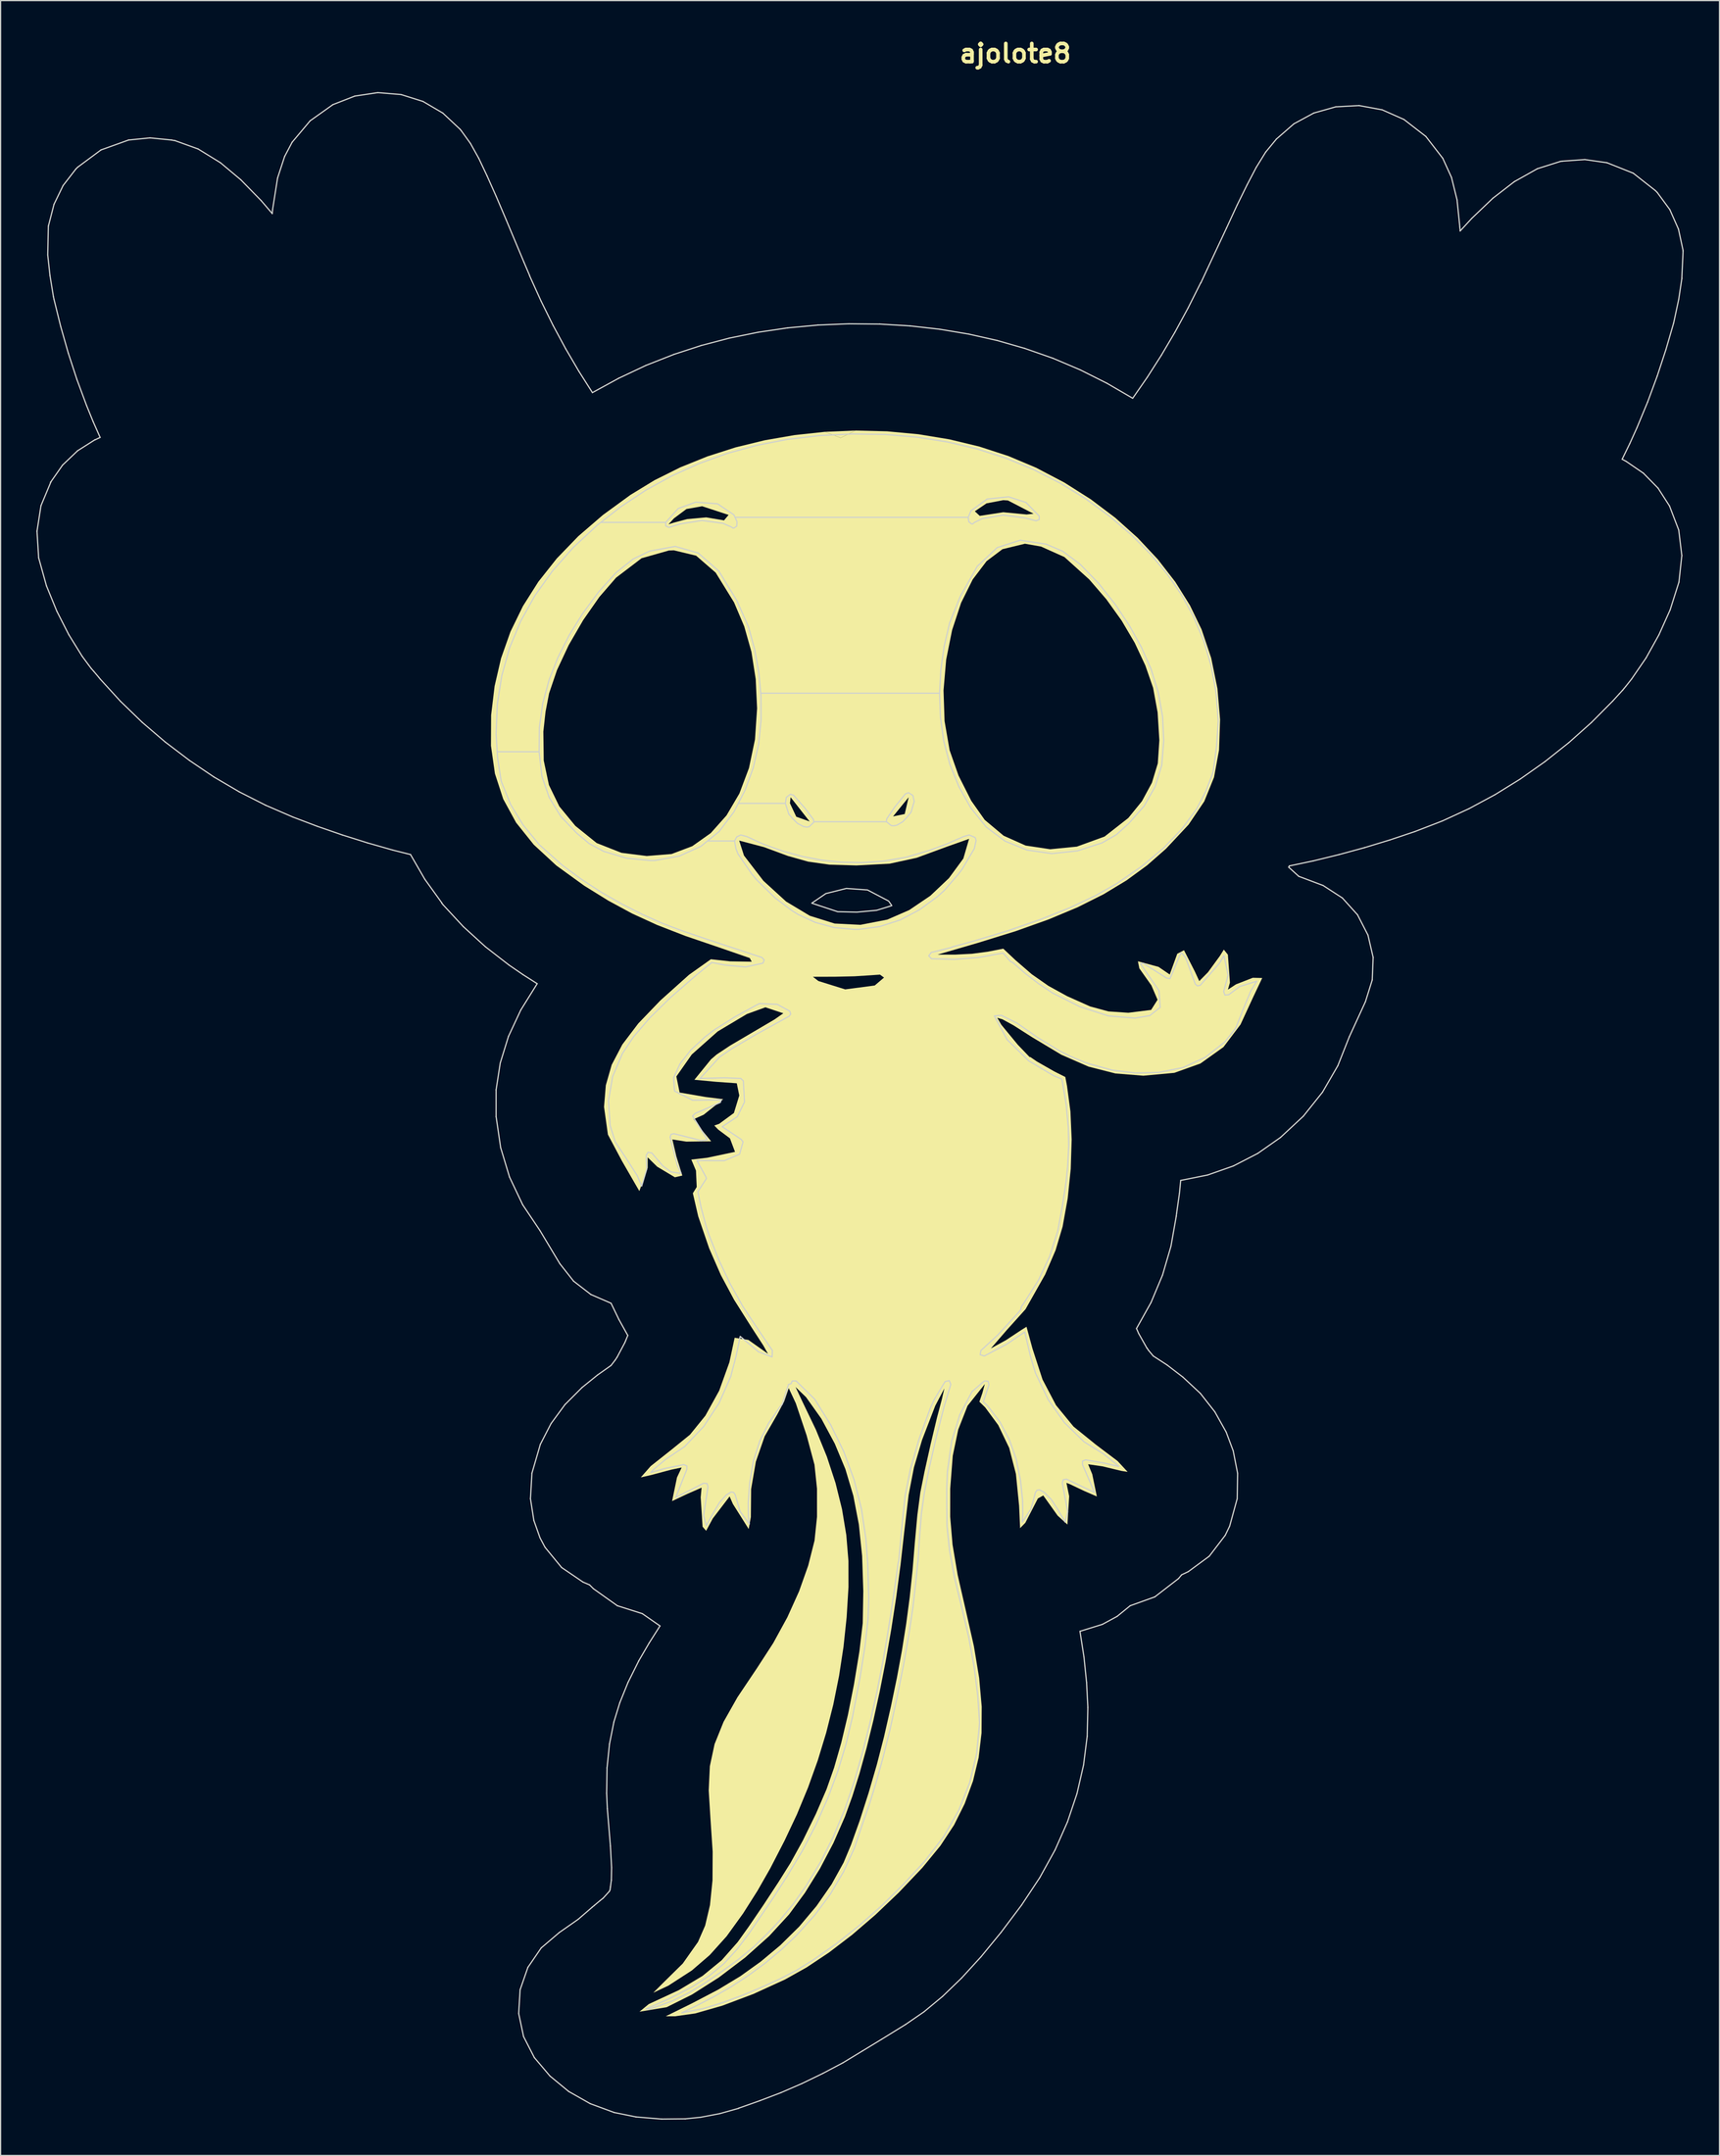
<source format=kicad_pcb>
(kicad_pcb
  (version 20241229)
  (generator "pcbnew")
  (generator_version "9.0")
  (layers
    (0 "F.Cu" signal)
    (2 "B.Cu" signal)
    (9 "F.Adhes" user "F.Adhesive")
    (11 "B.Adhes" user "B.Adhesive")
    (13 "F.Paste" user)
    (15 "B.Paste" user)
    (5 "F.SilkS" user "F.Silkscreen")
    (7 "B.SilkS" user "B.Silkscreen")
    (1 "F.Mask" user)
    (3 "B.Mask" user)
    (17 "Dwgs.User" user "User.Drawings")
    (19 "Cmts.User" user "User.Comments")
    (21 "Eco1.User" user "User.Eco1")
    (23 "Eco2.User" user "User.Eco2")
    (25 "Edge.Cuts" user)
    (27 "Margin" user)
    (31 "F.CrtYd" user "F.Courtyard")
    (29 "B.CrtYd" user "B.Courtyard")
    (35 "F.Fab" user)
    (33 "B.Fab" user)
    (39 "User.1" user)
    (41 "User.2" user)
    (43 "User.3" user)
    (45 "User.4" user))
  (footprint "ajolote8"
    (layer "F.Cu")
    (at 82.024 89.525)
    (property "Reference" "ajolote8" (at 0 -88.098 0) (layer "F.SilkS") (effects (font (size 1.524 1.524) (thickness 0.305))))
    (attr smd)
    (fp_poly (pts (xy -30.817 -27.47) (xy -31.338 -28.09) (xy -31.32 -28.982) (xy -30.457 -29.662) (xy -29.637 -29.017) (xy -29.654 -28.039) (xy -30.469 -27.404) (xy -30.817 -27.47) (xy -30.817 -27.47)) (stroke (width 0) (type solid)) (fill yes) (layer "F.Mask"))
    (fp_poly (pts (xy -1.399 -27.204) (xy -2.091 -27.839) (xy -2.192 -28.407) (xy -2.123 -28.911) (xy -1.048 -29.348) (xy -0.779 -29.157) (xy -0.388 -28.292) (xy -0.419 -27.821) (xy -1.399 -27.204)) (stroke (width 0) (type solid)) (fill yes) (layer "F.Mask"))
    (fp_poly (pts (xy -29.856 -30.469) (xy -30.259 -30.734) (xy -30.59 -32.845) (xy -29.781 -34.286) (xy -28.956 -34.681) (xy -28.545 -34.608) (xy -27.86 -33.37) (xy -28.277 -31.464) (xy -29.153 -30.568) (xy -29.856 -30.469)) (stroke (width 0) (type solid)) (fill yes) (layer "F.Mask"))
    (fp_poly (pts (xy -1.758 -30.413) (xy -2.83 -31.984) (xy -2.795 -33.496) (xy -2.003 -34.662) (xy -1.024 -34.524) (xy -0.5 -33.825) (xy -0.281 -31.567) (xy -1.124 -30.421) (xy -1.758 -30.413) (xy -1.758 -30.413)) (stroke (width 0) (type solid)) (fill yes) (layer "F.Mask"))
    (fp_poly (pts (xy -32.38 -22.642) (xy -34.019 -23.182) (xy -35.429 -24.177) (xy -36.641 -25.648) (xy -37.488 -27.762) (xy -37.728 -29.743) (xy -37.68 -31.808) (xy -37.353 -33.895) (xy -36.758 -35.945) (xy -35.902 -37.897) (xy -35.003 -39.428) (xy -33.945 -40.839) (xy -32.64 -42.251) (xy -31.353 -43.432) (xy -30.291 -44.127) (xy -28.367 -44.552) (xy -26.696 -43.618) (xy -25.186 -41.271) (xy -24.493 -39.494) (xy -24.023 -37.523) (xy -23.759 -35.279) (xy -23.726 -34.544) (xy -23.885 -34.803) (xy -24.725 -35.977) (xy -25.755 -36.799) (xy -27.512 -37.211) (xy -29.011 -36.907) (xy -30.397 -35.859) (xy -31.77 -33.978) (xy -32.55 -31.705) (xy -32.743 -29.025) (xy -32.603 -27.547) (xy -32.229 -26.255) (xy -31.008 -24.17) (xy -29.327 -23.039) (xy -28.841 -22.882) (xy -29.1 -22.807) (xy -30.73 -22.567) (xy -32.38 -22.642)) (stroke (width 0) (type solid)) (fill yes) (layer "F.Mask"))
    (fp_poly (pts (xy 3.156 -23.159) (xy 2.705 -23.209) (xy 1.487 -23.443) (xy 1.341 -23.491) (xy 1.487 -23.494) (xy 3.163 -23.901) (xy 4.146 -24.597) (xy 5.362 -26.634) (xy 5.798 -29.347) (xy 5.457 -31.843) (xy 4.991 -33.307) (xy 4.401 -34.542) (xy 2.782 -36.515) (xy 0.827 -37.616) (xy -0.668 -37.679) (xy -1.851 -37.283) (xy -2.964 -36.337) (xy -3.779 -34.922) (xy -3.885 -34.679) (xy -3.826 -36.607) (xy -3.539 -38.8) (xy -3.006 -40.786) (xy -2.231 -42.555) (xy -1.079 -44.216) (xy -0.772 -44.532) (xy 0.954 -45.143) (xy 2.711 -44.532) (xy 3.144 -44.243) (xy 4.176 -43.463) (xy 5.344 -42.363) (xy 6.883 -40.616) (xy 8.132 -38.754) (xy 9.099 -36.764) (xy 9.702 -34.875) (xy 10.105 -32.81) (xy 10.222 -30.223) (xy 9.931 -27.937) (xy 9.145 -26.172) (xy 7.913 -24.703) (xy 6.447 -23.724) (xy 4.724 -23.221) (xy 3.156 -23.159) (xy 3.156 -23.159)) (stroke (width 0) (type solid)) (fill yes) (layer "F.Mask"))
    (fp_poly (pts (xy -46.542 -29.601) (xy -48.302 -29.983) (xy -50.504 -30.587) (xy -52.896 -31.335) (xy -55.228 -32.149) (xy -57.251 -32.951) (xy -59.579 -34.05) (xy -61.826 -35.296) (xy -63.945 -36.661) (xy -65.886 -38.111) (xy -67.603 -39.617) (xy -69.038 -41.15) (xy -70.363 -42.855) (xy -71.448 -44.547) (xy -72.165 -46.044) (xy -72.464 -47.079) (xy -71.311 -46.476) (xy -69.184 -45.258) (xy -66.966 -44.11) (xy -64.687 -43.044) (xy -62.381 -42.073) (xy -60.076 -41.209) (xy -57.806 -40.465) (xy -55.601 -39.852) (xy -53.491 -39.384) (xy -50.921 -39.067) (xy -49.278 -39.026) (xy -51.19 -40.282) (xy -53.127 -41.557) (xy -54.93 -42.886) (xy -56.628 -44.293) (xy -58.248 -45.806) (xy -59.82 -47.452) (xy -61.37 -49.256) (xy -62.929 -51.245) (xy -64.469 -53.385) (xy -65.859 -55.516) (xy -67.107 -57.649) (xy -68.216 -59.794) (xy -69.192 -61.964) (xy -70.042 -64.169) (xy -70.769 -66.421) (xy -71.381 -68.731) (xy -71.714 -71.259) (xy -71.085 -70.694) (xy -69.612 -69.076) (xy -67.401 -66.523) (xy -65.869 -64.741) (xy -64.407 -63.064) (xy -63.332 -61.856) (xy -61.664 -60.078) (xy -59.844 -58.241) (xy -57.936 -56.403) (xy -56.002 -54.623) (xy -54.104 -52.96) (xy -52.307 -51.474) (xy -50.22 -49.891) (xy -48.164 -48.465) (xy -46.559 -47.471) (xy -45.823 -47.186) (xy -46.137 -47.817) (xy -47.319 -49.703) (xy -48.454 -51.837) (xy -49.522 -54.166) (xy -50.503 -56.635) (xy -51.379 -59.192) (xy -52.128 -61.783) (xy -52.731 -64.354) (xy -53.168 -66.851) (xy -53.383 -69.068) (xy -53.467 -71.464) (xy -53.416 -73.539) (xy -53.226 -74.794) (xy -52.908 -74.903) (xy -52.581 -74.037) (xy -51.783 -72.084) (xy -50.787 -69.707) (xy -49.867 -67.565) (xy -48.96 -65.578) (xy -47.906 -63.407) (xy -46.795 -61.228) (xy -45.715 -59.215) (xy -44.756 -57.54) (xy -43.583 -55.651) (xy -42.419 -53.919) (xy -41.15 -52.18) (xy -39.663 -50.274) (xy -38.15 -48.382) (xy -39.113 -47.375) (xy -40.637 -45.599) (xy -42 -43.644) (xy -43.171 -41.566) (xy -44.119 -39.42) (xy -44.813 -37.261) (xy -45.166 -35.653) (xy -45.38 -33.982) (xy -45.497 -31.908) (xy -45.583 -29.44) (xy -46.542 -29.601)) (stroke (width 0) (type solid)) (fill yes) (layer "F.Mask"))
    (fp_poly (pts (xy 18.714 -29.515) (xy 18.781 -32.19) (xy 18.663 -34.727) (xy 18.212 -37.197) (xy 17.501 -39.55) (xy 16.503 -41.878) (xy 15.379 -43.926) (xy 14.112 -45.784) (xy 12.705 -47.446) (xy 12.208 -47.972) (xy 12.427 -48.241) (xy 14.001 -50.041) (xy 15.362 -51.632) (xy 16.658 -53.262) (xy 17.905 -54.957) (xy 19.119 -56.743) (xy 20.315 -58.646) (xy 21.51 -60.691) (xy 22.718 -62.906) (xy 23.957 -65.315) (xy 25.241 -67.946) (xy 26.586 -70.823) (xy 27.637 -73.072) (xy 28.113 -74.009) (xy 28.338 -73.354) (xy 28.403 -71.397) (xy 28.334 -69.303) (xy 28.136 -67.321) (xy 27.79 -65.295) (xy 27.273 -63.067) (xy 26.678 -60.919) (xy 26.004 -58.811) (xy 25.256 -56.759) (xy 24.438 -54.777) (xy 23.558 -52.879) (xy 22.573 -50.964) (xy 21.611 -49.3) (xy 20.53 -47.639) (xy 19.79 -46.438) (xy 20.564 -46.709) (xy 22.252 -47.676) (xy 24.406 -49.065) (xy 26.581 -50.603) (xy 28.385 -51.979) (xy 30.114 -53.359) (xy 31.797 -54.771) (xy 33.463 -56.241) (xy 35.14 -57.795) (xy 36.858 -59.461) (xy 38.646 -61.266) (xy 40.531 -63.235) (xy 42.544 -65.397) (xy 44.561 -67.546) (xy 46.049 -69.053) (xy 46.674 -69.578) (xy 46.44 -68.285) (xy 45.977 -66.378) (xy 45.228 -64.045) (xy 44.36 -61.778) (xy 43.364 -59.564) (xy 42.234 -57.392) (xy 40.962 -55.248) (xy 39.541 -53.121) (xy 37.963 -50.999) (xy 36.222 -48.869) (xy 34.31 -46.719) (xy 32.621 -44.996) (xy 30.87 -43.428) (xy 28.996 -41.966) (xy 26.937 -40.564) (xy 24.633 -39.174) (xy 22.96 -38.132) (xy 24.571 -38.11) (xy 26.673 -38.26) (xy 28.277 -38.537) (xy 30.241 -38.948) (xy 32.67 -39.575) (xy 35.013 -40.277) (xy 37.02 -40.979) (xy 39.063 -41.783) (xy 41.097 -42.668) (xy 43.078 -43.615) (xy 44.961 -44.606) (xy 46.418 -45.356) (xy 45.718 -43.528) (xy 44.808 -42.045) (xy 43.541 -40.377) (xy 42.008 -38.729) (xy 40.236 -37.16) (xy 38.247 -35.682) (xy 36.06 -34.309) (xy 33.696 -33.056) (xy 31.176 -31.937) (xy 28.944 -31.125) (xy 26.371 -30.332) (xy 23.719 -29.629) (xy 21.248 -29.083) (xy 19.218 -28.765) (xy 18.64 -28.703) (xy 18.714 -29.515)) (stroke (width 0) (type solid)) (fill yes) (layer "F.Mask"))
    (fp_poly (pts (xy -13.397 -56.498) (xy -26.24 -50.154) (xy -24.026 -49.428) (xy -24.408 -48.971) (xy -25.899 -49.222) (xy -27.502 -49.078) (xy -28.602 -48.785) (xy -29.061 -48.642) (xy -28.602 -49.141) (xy -27.556 -49.921) (xy -26.24 -50.154) (xy -13.397 -56.498) (xy -5.505 -29.711) (xy -5.928 -32.155) (xy -6.015 -34.72) (xy -5.794 -37.299) (xy -5.295 -39.781) (xy -4.544 -42.057) (xy -3.572 -44.017) (xy -2.407 -45.553) (xy -1.078 -46.555) (xy 0.805 -47.013) (xy 2.157 -46.776) (xy 4.113 -45.898) (xy 6.193 -44.022) (xy 7.629 -42.356) (xy 8.91 -40.568) (xy 10.008 -38.703) (xy 10.896 -36.811) (xy 11.546 -34.936) (xy 11.923 -32.876) (xy 12.068 -30.543) (xy 11.939 -28.611) (xy 11.448 -26.989) (xy 10.611 -25.439) (xy 9.467 -24.033) (xy 7.477 -22.476) (xy 5.158 -21.633) (xy 2.926 -21.413) (xy 0.866 -21.722) (xy -0.978 -22.546) (xy -2.562 -23.873) (xy -3.694 -25.477) (xy -4.759 -27.59) (xy -5.505 -29.711) (xy -13.397 -56.498) (xy -26.744 -46.011) (xy -25.107 -44.591) (xy -23.566 -42.094) (xy -22.712 -40.08) (xy -22.109 -37.946) (xy -21.753 -35.667) (xy -21.637 -33.217) (xy -21.813 -30.613) (xy -22.316 -28.22) (xy -23.12 -26.084) (xy -24.198 -24.25) (xy -25.523 -22.763) (xy -27.068 -21.669) (xy -28.806 -21.013) (xy -30.886 -20.846) (xy -33.003 -21.113) (xy -35.078 -21.933) (xy -36.867 -23.374) (xy -38.208 -25.004) (xy -39.078 -26.794) (xy -39.513 -28.849) (xy -39.546 -31.269) (xy -39.363 -32.93) (xy -39.065 -34.478) (xy -38.405 -36.419) (xy -37.423 -38.516) (xy -36.209 -40.611) (xy -34.855 -42.549) (xy -33.451 -44.171) (xy -31.315 -45.797) (xy -29.027 -46.445) (xy -28.613 -46.461) (xy -26.744 -46.011) (xy -13.397 -56.498) (xy -8.938 -25.769) (xy -9.268 -24.365) (xy -10.244 -24.165) (xy -8.938 -25.769) (xy -13.397 -56.498) (xy -18.83 -25.758) (xy -18.816 -25.754) (xy -17.235 -23.741) (xy -18.353 -24.138) (xy -18.885 -25.269) (xy -18.83 -25.758) (xy -18.83 -25.758) (xy -13.397 -56.498) (xy -3.873 -22.285) (xy -4.354 -20.637) (xy -5.562 -18.991) (xy -7.121 -17.514) (xy -8.89 -16.318) (xy -10.726 -15.518) (xy -12.975 -15.081) (xy -15.138 -15.188) (xy -17.214 -15.837) (xy -19.204 -17.03) (xy -21.106 -18.767) (xy -22.736 -20.887) (xy -23.139 -22.139) (xy -21.056 -21.59) (xy -19.054 -20.85) (xy -17.354 -20.373) (xy -15.57 -20.122) (xy -13.315 -20.056) (xy -10.52 -20.205) (xy -8.27 -20.694) (xy -5.695 -21.639) (xy -3.873 -22.285) (xy -13.397 -56.498) (xy -15.955 -56.391) (xy -1.009 -50.663) (xy -0.618 -50.638) (xy 1.528 -49.527) (xy 0.95 -49.465) (xy -1.008 -49.651) (xy -2.979 -49.348) (xy -3.392 -49.731) (xy -2.413 -50.396) (xy -1.009 -50.663) (xy -15.955 -56.391) (xy -18.494 -56.119) (xy -20.994 -55.685) (xy -23.438 -55.088) (xy -25.804 -54.33) (xy -28.074 -53.413) (xy -30.229 -52.338) (xy -32.248 -51.106) (xy -34.562 -49.418) (xy -36.619 -47.644) (xy -38.42 -45.78) (xy -39.967 -43.826) (xy -41.261 -41.78) (xy -42.303 -39.641) (xy -43.093 -37.406) (xy -43.632 -35.075) (xy -43.923 -32.645) (xy -43.936 -30.084) (xy -43.605 -27.754) (xy -42.909 -25.619) (xy -16.501 -10.372) (xy -16.96 -10.726) (xy -15.107 -10.731) (xy -13.468 -10.768) (xy -12.128 -10.853) (xy -11.339 -10.908) (xy -11.339 -10.908) (xy -11.001 -10.66) (xy -11.78 -9.996) (xy -14.253 -9.67) (xy -16.501 -10.372) (xy -42.909 -25.619) (xy -41.831 -23.645) (xy -40.353 -21.799) (xy -38.455 -20.047) (xy -36.119 -18.355) (xy -34.095 -17.1) (xy -32.113 -16.028) (xy -30.015 -15.067) (xy -27.644 -14.146) (xy -24.841 -13.191) (xy -22.25 -12.296) (xy -22.087 -11.99) (xy -23.909 -12.021) (xy -25.509 -12.196) (xy -27.342 -10.893) (xy -29.746 -8.737) (xy -31.591 -6.817) (xy -32.931 -5.049) (xy -33.82 -3.35) (xy -34.312 -1.637) (xy -34.461 0.175) (xy -34.137 2.498) (xy -32.965 4.701) (xy -31.882 6.579) (xy -31.503 7.233) (xy -30.802 5.279) (xy -30.802 4.407) (xy -30.01 5.185) (xy -28.524 6.075) (xy -27.901 5.931) (xy -28.399 4.336) (xy -28.735 2.905) (xy -27.568 3.086) (xy -25.485 3.061) (xy -26.219 2.17) (xy -26.952 1.209) (xy -26.112 0.831) (xy -24.478 -0.469) (xy -25.943 -0.651) (xy -28.128 -1.028) (xy -28.402 -2.37) (xy -27.109 -4.215) (xy -24.941 -6.142) (xy -22.496 -7.603) (xy -20.942 -8.168) (xy -19.438 -7.668) (xy -20.179 -7.15) (xy -21.958 -6.103) (xy -23.899 -4.961) (xy -25.027 -4.212) (xy -25.466 -3.836) (xy -25.479 -3.832) (xy -26.89 -2.096) (xy -25.088 -1.926) (xy -23.34 -1.803) (xy -23.13 -0.779) (xy -23.58 0.687) (xy -24.815 1.594) (xy -25.223 1.736) (xy -24.892 2.08) (xy -23.914 2.81) (xy -23.487 3.944) (xy -25.82 4.437) (xy -27.148 4.59) (xy -26.759 5.514) (xy -26.695 6.89) (xy -27.019 7.412) (xy -26.571 9.344) (xy -25.654 12.027) (xy -24.674 14.268) (xy -23.567 16.334) (xy -22.13 18.606) (xy -21.112 20.175) (xy -20.726 20.864) (xy -22.367 19.704) (xy -23.517 19.521) (xy -23.958 21.575) (xy -24.813 23.955) (xy -25.967 26.045) (xy -27.259 27.642) (xy -28.819 28.906) (xy -30.556 30.281) (xy -31.381 31.223) (xy -30.496 31.02) (xy -28.818 30.572) (xy -27.958 30.394) (xy -28.349 31.228) (xy -28.761 33.208) (xy -27.502 32.614) (xy -26.287 32.082) (xy -26.362 32.895) (xy -26.204 35.354) (xy -25.907 35.699) (xy -25.351 34.666) (xy -23.94 32.819) (xy -23.666 33.447) (xy -22.341 35.548) (xy -22.159 34.547) (xy -22.137 32.205) (xy -21.74 29.904) (xy -21.002 27.78) (xy -19.959 25.969) (xy -19.37 24.865) (xy -18.986 23.744) (xy -18.393 25.011) (xy -17.487 27.704) (xy -16.828 30.161) (xy -16.617 32.172) (xy -16.616 34.521) (xy -16.824 36.514) (xy -17.353 38.608) (xy -18.117 40.762) (xy -19.1 42.939) (xy -20.283 45.101) (xy -21.65 47.21) (xy -23.284 49.647) (xy -24.448 51.707) (xy -25.2 53.572) (xy -25.596 55.425) (xy -25.691 57.449) (xy -25.543 59.825) (xy -25.36 62.579) (xy -25.373 64.989) (xy -25.583 67.054) (xy -25.988 68.774) (xy -26.588 70.147) (xy -27.865 71.957) (xy -29.581 73.649) (xy -30.335 74.405) (xy -29.069 73.81) (xy -27.099 72.534) (xy -25.604 71.245) (xy -24.189 69.672) (xy -22.812 67.766) (xy -21.597 65.85) (xy -20.533 63.982) (xy -19.336 61.662) (xy -18.296 59.455) (xy -17.368 57.212) (xy -16.551 54.932) (xy -15.846 52.614) (xy -15.251 50.256) (xy -14.768 47.857) (xy -14.395 45.416) (xy -14.132 42.932) (xy -13.979 40.404) (xy -13.982 38.224) (xy -14.161 36.056) (xy -14.52 33.885) (xy -15.062 31.7) (xy -15.789 29.486) (xy -16.707 27.231) (xy -17.816 24.921) (xy -18.413 23.651) (xy -17.535 24.5) (xy -16.252 26.304) (xy -15.126 28.399) (xy -14.238 30.53) (xy -13.571 32.764) (xy -13.11 35.167) (xy -12.837 37.807) (xy -12.738 40.748) (xy -12.785 43.43) (xy -13.064 45.803) (xy -13.519 48.565) (xy -14.027 51.123) (xy -14.583 53.455) (xy -15.183 55.542) (xy -15.822 57.363) (xy -16.706 59.408) (xy -17.803 61.649) (xy -18.849 63.545) (xy -19.86 65.155) (xy -21.108 67.056) (xy -22.33 68.855) (xy -23.265 70.161) (xy -24.607 71.683) (xy -26.207 72.994) (xy -28.198 74.187) (xy -30.713 75.355) (xy -31.491 75.994) (xy -29.213 75.617) (xy -27.089 74.556) (xy -24.843 73.127) (xy -22.632 71.451) (xy -20.616 69.648) (xy -18.954 67.838) (xy -17.629 66.036) (xy -16.375 64.013) (xy -15.24 61.857) (xy -14.276 59.656) (xy -13.659 57.953) (xy -13.053 56.024) (xy -12.464 53.897) (xy -11.898 51.599) (xy -11.361 49.159) (xy -10.858 46.604) (xy -10.395 43.963) (xy -9.979 41.263) (xy -9.615 38.533) (xy -9.309 35.801) (xy -8.94 32.684) (xy -8.494 30.386) (xy -7.814 28.087) (xy -6.708 25.217) (xy -5.947 23.771) (xy -6.149 24.658) (xy -6.559 26.199) (xy -7.093 28.43) (xy -7.607 30.734) (xy -7.96 32.495) (xy -8.208 34.374) (xy -8.422 36.708) (xy -8.612 39.028) (xy -8.85 41.272) (xy -9.143 43.488) (xy -9.498 45.72) (xy -9.922 48.015) (xy -10.423 50.42) (xy -11.008 52.979) (xy -11.599 55.271) (xy -12.3 57.679) (xy -13.044 59.994) (xy -13.763 62.004) (xy -14.389 63.5) (xy -15.392 65.314) (xy -16.657 67.134) (xy -18.113 68.868) (xy -19.691 70.425) (xy -21.347 71.808) (xy -23.036 73.017) (xy -24.9 74.145) (xy -27.084 75.288) (xy -29.288 76.376) (xy -28.51 76.377) (xy -26.827 76.141) (xy -24.549 75.488) (xy -21.946 74.508) (xy -19.288 73.292) (xy -17.484 72.281) (xy -15.606 71.03) (xy -13.679 69.556) (xy -11.726 67.879) (xy -9.771 66.016) (xy -7.788 63.929) (xy -6.276 62.087) (xy -5.13 60.347) (xy -4.244 58.566) (xy -3.544 56.658) (xy -3.072 54.699) (xy -2.83 52.642) (xy -2.815 50.434) (xy -3.029 48.027) (xy -3.47 45.37) (xy -4.139 42.413) (xy -4.831 39.395) (xy -5.26 36.847) (xy -5.457 34.521) (xy -5.455 32.171) (xy -5.241 29.406) (xy -4.785 27.223) (xy -4.001 25.221) (xy -2.556 23.402) (xy -2.763 24.162) (xy -3.011 24.882) (xy -2.528 25.352) (xy -1.432 26.84) (xy -0.515 28.748) (xy 0.05 30.934) (xy 0.316 33.597) (xy 0.401 35.477) (xy 0.842 35.023) (xy 1.89 32.989) (xy 2.342 32.738) (xy 3.545 34.426) (xy 4.366 35.172) (xy 4.513 32.801) (xy 4.281 31.68) (xy 4.565 31.788) (xy 5.765 32.357) (xy 6.832 32.819) (xy 6.447 30.957) (xy 6.101 30.122) (xy 7.304 30.296) (xy 8.883 30.677) (xy 9.411 30.759) (xy 8.57 29.85) (xy 6.727 28.46) (xy 4.877 26.962) (xy 3.41 25.173) (xy 2.28 23.02) (xy 1.439 20.432) (xy 0.939 18.599) (xy 0.503 18.871) (xy -0.77 19.714) (xy -2.048 20.417) (xy -0.72 18.881) (xy 0.855 17.131) (xy 1.422 16.131) (xy 2.501 14.218) (xy 3.373 12.187) (xy 3.963 10.211) (xy 4.39 7.837) (xy 4.644 5.367) (xy 4.721 2.905) (xy 4.618 0.555) (xy 4.332 -1.577) (xy 4.188 -2.33) (xy 3.267 -2.794) (xy 1.804 -3.629) (xy 1.261 -4) (xy 1.196 -4) (xy 0.209 -5.03) (xy -1.167 -6.699) (xy -1.51 -7.289) (xy -1.076 -7.161) (xy -0.169 -6.668) (xy 1.403 -5.665) (xy 3.852 -4.196) (xy 6.137 -3.197) (xy 8.386 -2.625) (xy 10.726 -2.437) (xy 13.322 -2.676) (xy 15.51 -3.458) (xy 17.444 -4.839) (xy 18.872 -6.729) (xy 19.959 -9.085) (xy 20.689 -10.625) (xy 19.896 -10.643) (xy 18.487 -10.092) (xy 17.814 -9.649) (xy 17.983 -10.237) (xy 17.811 -12.581) (xy 17.47 -13.002) (xy 17.134 -12.464) (xy 16.14 -11.104) (xy 15.413 -10.368) (xy 15.039 -11.176) (xy 14.135 -12.95) (xy 13.568 -12.654) (xy 12.937 -10.918) (xy 11.997 -11.559) (xy 10.272 -12.025) (xy 10.391 -11.432) (xy 11.4 -10.006) (xy 11.918 -8.802) (xy 11.378 -7.95) (xy 9.469 -7.712) (xy 7.808 -7.824) (xy 6.263 -8.243) (xy 4.333 -9.106) (xy 2.779 -9.962) (xy 1.379 -10.94) (xy 0.000058 -12.132) (xy -1.008 -13.081) (xy -2.292 -12.831) (xy -3.629 -12.655) (xy -5.042 -12.583) (xy -6.509 -12.583) (xy -3.117 -13.572) (xy 0.019 -14.544) (xy 2.785 -15.531) (xy 5.227 -16.554) (xy 7.387 -17.636) (xy 9.312 -18.799) (xy 11.044 -20.065) (xy 12.628 -21.456) (xy 14.521 -23.48) (xy 15.832 -25.422) (xy 16.651 -27.448) (xy 17.07 -29.728) (xy 17.159 -32.28) (xy 16.935 -34.883) (xy 16.413 -37.435) (xy 15.607 -39.832) (xy 14.631 -41.854) (xy 13.402 -43.819) (xy 11.937 -45.708) (xy 10.256 -47.504) (xy 8.378 -49.187) (xy 6.32 -50.74) (xy 4.102 -52.145) (xy 1.742 -53.384) (xy -0.581 -54.362) (xy -3.013 -55.155) (xy -5.532 -55.763) (xy -8.117 -56.189) (xy -10.746 -56.433) (xy -13.397 -56.498) (xy -13.397 -56.498)) (stroke (width 0) (type solid)) (fill yes) (layer "F.SilkS"))
    (fp_line (start -81.974 -48.062) (end -81.835 -45.832) (stroke (width 0.1) (type solid)) (layer "Edge.Cuts"))
    (fp_line (start -81.835 -45.832) (end -81.181 -43.484) (stroke (width 0.1) (type solid)) (layer "Edge.Cuts"))
    (fp_line (start -81.64 -50.205) (end -81.974 -48.062) (stroke (width 0.1) (type solid)) (layer "Edge.Cuts"))
    (fp_line (start -81.181 -43.484) (end -80.311 -41.361) (stroke (width 0.1) (type solid)) (layer "Edge.Cuts"))
    (fp_line (start -81.075 -71.213) (end -80.886 -69.486) (stroke (width 0.1) (type solid)) (layer "Edge.Cuts"))
    (fp_line (start -81.022 -73.62) (end -81.075 -71.213) (stroke (width 0.1) (type solid)) (layer "Edge.Cuts"))
    (fp_line (start -80.995 -73.726) (end -81.022 -73.62) (stroke (width 0.1) (type solid)) (layer "Edge.Cuts"))
    (fp_line (start -80.886 -69.486) (end -80.598 -67.72) (stroke (width 0.1) (type solid)) (layer "Edge.Cuts"))
    (fp_line (start -80.837 -52.163) (end -80.81 -52.189) (stroke (width 0.1) (type solid)) (layer "Edge.Cuts"))
    (fp_line (start -80.81 -52.189) (end -81.64 -50.205) (stroke (width 0.1) (type solid)) (layer "Edge.Cuts"))
    (fp_line (start -80.598 -67.72) (end -80.546 -67.482) (stroke (width 0.1) (type solid)) (layer "Edge.Cuts"))
    (fp_line (start -80.547 -75.458) (end -80.995 -73.726) (stroke (width 0.1) (type solid)) (layer "Edge.Cuts"))
    (fp_line (start -80.546 -67.482) (end -79.989 -65.226) (stroke (width 0.1) (type solid)) (layer "Edge.Cuts"))
    (fp_line (start -80.311 -41.361) (end -79.307 -39.39) (stroke (width 0.1) (type solid)) (layer "Edge.Cuts"))
    (fp_line (start -79.989 -65.226) (end -79.352 -62.987) (stroke (width 0.1) (type solid)) (layer "Edge.Cuts"))
    (fp_line (start -79.828 -53.606) (end -80.837 -52.163) (stroke (width 0.1) (type solid)) (layer "Edge.Cuts"))
    (fp_line (start -79.786 -77.03) (end -80.547 -75.458) (stroke (width 0.1) (type solid)) (layer "Edge.Cuts"))
    (fp_line (start -79.352 -62.987) (end -78.629 -60.774) (stroke (width 0.1) (type solid)) (layer "Edge.Cuts"))
    (fp_line (start -79.307 -39.39) (end -78.191 -37.584) (stroke (width 0.1) (type solid)) (layer "Edge.Cuts"))
    (fp_line (start -78.72 -78.409) (end -79.786 -77.03) (stroke (width 0.1) (type solid)) (layer "Edge.Cuts"))
    (fp_line (start -78.629 -60.774) (end -77.82 -58.592) (stroke (width 0.1) (type solid)) (layer "Edge.Cuts"))
    (fp_line (start -78.573 -54.803) (end -79.828 -53.606) (stroke (width 0.1) (type solid)) (layer "Edge.Cuts"))
    (fp_line (start -78.561 -78.568) (end -78.72 -78.409) (stroke (width 0.1) (type solid)) (layer "Edge.Cuts"))
    (fp_line (start -78.191 -37.584) (end -77.662 -36.87) (stroke (width 0.1) (type solid)) (layer "Edge.Cuts"))
    (fp_line (start -77.82 -58.592) (end -77.271 -57.246) (stroke (width 0.1) (type solid)) (layer "Edge.Cuts"))
    (fp_line (start -77.662 -36.87) (end -77.423 -36.552) (stroke (width 0.1) (type solid)) (layer "Edge.Cuts"))
    (fp_line (start -77.423 -36.552) (end -77.212 -36.314) (stroke (width 0.1) (type solid)) (layer "Edge.Cuts"))
    (fp_line (start -77.271 -57.246) (end -76.683 -55.92) (stroke (width 0.1) (type solid)) (layer "Edge.Cuts"))
    (fp_line (start -77.212 -36.314) (end -76.788 -35.811) (stroke (width 0.1) (type solid)) (layer "Edge.Cuts"))
    (fp_line (start -77.106 -55.734) (end -78.573 -54.803) (stroke (width 0.1) (type solid)) (layer "Edge.Cuts"))
    (fp_line (start -77.079 -55.734) (end -77.106 -55.734) (stroke (width 0.1) (type solid)) (layer "Edge.Cuts"))
    (fp_line (start -76.788 -35.811) (end -76.683 -35.679) (stroke (width 0.1) (type solid)) (layer "Edge.Cuts"))
    (fp_line (start -76.683 -55.92) (end -77.079 -55.734) (stroke (width 0.1) (type solid)) (layer "Edge.Cuts"))
    (fp_line (start -76.683 -35.679) (end -74.977 -33.809) (stroke (width 0.1) (type solid)) (layer "Edge.Cuts"))
    (fp_line (start -76.61 -80.013) (end -78.561 -78.568) (stroke (width 0.1) (type solid)) (layer "Edge.Cuts"))
    (fp_line (start -74.977 -33.809) (end -73.157 -32.048) (stroke (width 0.1) (type solid)) (layer "Edge.Cuts"))
    (fp_line (start -74.301 -80.843) (end -76.61 -80.013) (stroke (width 0.1) (type solid)) (layer "Edge.Cuts"))
    (fp_line (start -73.157 -32.048) (end -71.228 -30.396) (stroke (width 0.1) (type solid)) (layer "Edge.Cuts"))
    (fp_line (start -72.502 -81.022) (end -74.301 -80.843) (stroke (width 0.1) (type solid)) (layer "Edge.Cuts"))
    (fp_line (start -71.228 -30.396) (end -69.195 -28.853) (stroke (width 0.1) (type solid)) (layer "Edge.Cuts"))
    (fp_line (start -70.703 -80.843) (end -72.502 -81.022) (stroke (width 0.1) (type solid)) (layer "Edge.Cuts"))
    (fp_line (start -70.438 -80.791) (end -70.703 -80.843) (stroke (width 0.1) (type solid)) (layer "Edge.Cuts"))
    (fp_line (start -70.412 -80.791) (end -70.438 -80.791) (stroke (width 0.1) (type solid)) (layer "Edge.Cuts"))
    (fp_line (start -69.195 -28.853) (end -67.147 -27.469) (stroke (width 0.1) (type solid)) (layer "Edge.Cuts"))
    (fp_line (start -68.477 -80.093) (end -70.412 -80.791) (stroke (width 0.1) (type solid)) (layer "Edge.Cuts"))
    (fp_line (start -67.147 -27.469) (end -65.018 -26.217) (stroke (width 0.1) (type solid)) (layer "Edge.Cuts"))
    (fp_line (start -66.602 -78.938) (end -68.477 -80.093) (stroke (width 0.1) (type solid)) (layer "Edge.Cuts"))
    (fp_line (start -65.018 -26.217) (end -62.814 -25.099) (stroke (width 0.1) (type solid)) (layer "Edge.Cuts"))
    (fp_line (start -64.895 -77.51) (end -66.602 -78.938) (stroke (width 0.1) (type solid)) (layer "Edge.Cuts"))
    (fp_line (start -63.189 -75.763) (end -64.895 -77.51) (stroke (width 0.1) (type solid)) (layer "Edge.Cuts"))
    (fp_line (start -62.814 -25.099) (end -60.543 -24.117) (stroke (width 0.1) (type solid)) (layer "Edge.Cuts"))
    (fp_line (start -62.263 -74.679) (end -63.189 -75.763) (stroke (width 0.1) (type solid)) (layer "Edge.Cuts"))
    (fp_line (start -62.236 -74.996) (end -62.263 -74.679) (stroke (width 0.1) (type solid)) (layer "Edge.Cuts"))
    (fp_line (start -61.817 -77.658) (end -62.236 -74.996) (stroke (width 0.1) (type solid)) (layer "Edge.Cuts"))
    (fp_line (start -61.227 -79.461) (end -61.817 -77.658) (stroke (width 0.1) (type solid)) (layer "Edge.Cuts"))
    (fp_line (start -60.596 -80.658) (end -61.227 -79.461) (stroke (width 0.1) (type solid)) (layer "Edge.Cuts"))
    (fp_line (start -60.543 -24.117) (end -58.481 -23.333) (stroke (width 0.1) (type solid)) (layer "Edge.Cuts"))
    (fp_line (start -59.088 -82.451) (end -60.596 -80.658) (stroke (width 0.1) (type solid)) (layer "Edge.Cuts"))
    (fp_line (start -58.481 -23.333) (end -56.389 -22.609) (stroke (width 0.1) (type solid)) (layer "Edge.Cuts"))
    (fp_line (start -57.183 -83.807) (end -59.088 -82.451) (stroke (width 0.1) (type solid)) (layer "Edge.Cuts"))
    (fp_line (start -56.389 -22.609) (end -54.277 -21.944) (stroke (width 0.1) (type solid)) (layer "Edge.Cuts"))
    (fp_line (start -55.342 -84.526) (end -57.183 -83.807) (stroke (width 0.1) (type solid)) (layer "Edge.Cuts"))
    (fp_line (start -54.277 -21.944) (end -52.156 -21.339) (stroke (width 0.1) (type solid)) (layer "Edge.Cuts"))
    (fp_line (start -53.414 -84.816) (end -55.342 -84.526) (stroke (width 0.1) (type solid)) (layer "Edge.Cuts"))
    (fp_line (start -52.156 -21.339) (end -50.674 -20.968) (stroke (width 0.1) (type solid)) (layer "Edge.Cuts"))
    (fp_line (start -51.468 -84.653) (end -53.414 -84.816) (stroke (width 0.1) (type solid)) (layer "Edge.Cuts"))
    (fp_line (start -50.674 -20.968) (end -49.483 -18.904) (stroke (width 0.1) (type solid)) (layer "Edge.Cuts"))
    (fp_line (start -49.632 -84.075) (end -51.468 -84.653) (stroke (width 0.1) (type solid)) (layer "Edge.Cuts"))
    (fp_line (start -49.483 -18.904) (end -48.055 -16.92) (stroke (width 0.1) (type solid)) (layer "Edge.Cuts"))
    (fp_line (start -48.055 -16.92) (end -48.055 -16.894) (stroke (width 0.1) (type solid)) (layer "Edge.Cuts"))
    (fp_line (start -48.055 -16.894) (end -47.949 -16.761) (stroke (width 0.1) (type solid)) (layer "Edge.Cuts"))
    (fp_line (start -47.967 -83.097) (end -49.632 -84.075) (stroke (width 0.1) (type solid)) (layer "Edge.Cuts"))
    (fp_line (start -47.949 -16.761) (end -46.251 -14.928) (stroke (width 0.1) (type solid)) (layer "Edge.Cuts"))
    (fp_line (start -46.52 -81.743) (end -47.967 -83.097) (stroke (width 0.1) (type solid)) (layer "Edge.Cuts"))
    (fp_line (start -46.414 -81.611) (end -46.52 -81.743) (stroke (width 0.1) (type solid)) (layer "Edge.Cuts"))
    (fp_line (start -46.251 -14.928) (end -44.4 -13.241) (stroke (width 0.1) (type solid)) (layer "Edge.Cuts"))
    (fp_line (start -45.657 -80.559) (end -46.414 -81.611) (stroke (width 0.1) (type solid)) (layer "Edge.Cuts"))
    (fp_line (start -44.959 -79.309) (end -45.657 -80.559) (stroke (width 0.1) (type solid)) (layer "Edge.Cuts"))
    (fp_line (start -44.4 -13.241) (end -42.419 -11.708) (stroke (width 0.1) (type solid)) (layer "Edge.Cuts"))
    (fp_line (start -44.262 -77.836) (end -44.959 -79.309) (stroke (width 0.1) (type solid)) (layer "Edge.Cuts"))
    (fp_line (start -43.504 -1.258) (end -43.504 0.992) (stroke (width 0.1) (type solid)) (layer "Edge.Cuts"))
    (fp_line (start -43.504 0.992) (end -43.123 3.59) (stroke (width 0.1) (type solid)) (layer "Edge.Cuts"))
    (fp_line (start -43.495 -76.116) (end -44.262 -77.836) (stroke (width 0.1) (type solid)) (layer "Edge.Cuts"))
    (fp_line (start -43.158 -3.5) (end -43.504 -1.258) (stroke (width 0.1) (type solid)) (layer "Edge.Cuts"))
    (fp_line (start -43.123 3.59) (end -42.379 6.056) (stroke (width 0.1) (type solid)) (layer "Edge.Cuts"))
    (fp_line (start -42.657 -74.149) (end -43.495 -76.116) (stroke (width 0.1) (type solid)) (layer "Edge.Cuts"))
    (fp_line (start -42.468 -5.731) (end -43.158 -3.5) (stroke (width 0.1) (type solid)) (layer "Edge.Cuts"))
    (fp_line (start -42.419 -11.708) (end -41.252 -10.907) (stroke (width 0.1) (type solid)) (layer "Edge.Cuts"))
    (fp_line (start -42.379 6.056) (end -41.279 8.378) (stroke (width 0.1) (type solid)) (layer "Edge.Cuts"))
    (fp_line (start -41.614 76.142) (end -41.205 78.075) (stroke (width 0.1) (type solid)) (layer "Edge.Cuts"))
    (fp_line (start -41.493 74.149) (end -41.614 76.142) (stroke (width 0.1) (type solid)) (layer "Edge.Cuts"))
    (fp_line (start -41.435 -7.947) (end -42.468 -5.731) (stroke (width 0.1) (type solid)) (layer "Edge.Cuts"))
    (fp_line (start -41.279 8.378) (end -39.826 10.544) (stroke (width 0.1) (type solid)) (layer "Edge.Cuts"))
    (fp_line (start -41.252 -10.907) (end -40.064 -10.147) (stroke (width 0.1) (type solid)) (layer "Edge.Cuts"))
    (fp_line (start -41.205 78.075) (end -40.302 79.838) (stroke (width 0.1) (type solid)) (layer "Edge.Cuts"))
    (fp_line (start -41.172 -70.601) (end -42.657 -74.149) (stroke (width 0.1) (type solid)) (layer "Edge.Cuts"))
    (fp_line (start -40.842 72.279) (end -41.493 74.149) (stroke (width 0.1) (type solid)) (layer "Edge.Cuts"))
    (fp_line (start -40.699 -69.493) (end -41.172 -70.601) (stroke (width 0.1) (type solid)) (layer "Edge.Cuts"))
    (fp_line (start -40.699 -69.466) (end -40.699 -69.493) (stroke (width 0.1) (type solid)) (layer "Edge.Cuts"))
    (fp_line (start -40.627 33.007) (end -40.343 34.826) (stroke (width 0.1) (type solid)) (layer "Edge.Cuts"))
    (fp_line (start -40.503 30.87) (end -40.627 33.007) (stroke (width 0.1) (type solid)) (layer "Edge.Cuts"))
    (fp_line (start -40.343 34.826) (end -39.826 36.288) (stroke (width 0.1) (type solid)) (layer "Edge.Cuts"))
    (fp_line (start -40.302 79.838) (end -38.992 81.383) (stroke (width 0.1) (type solid)) (layer "Edge.Cuts"))
    (fp_line (start -40.064 -10.147) (end -41.435 -7.947) (stroke (width 0.1) (type solid)) (layer "Edge.Cuts"))
    (fp_line (start -39.826 10.544) (end -38.159 13.322) (stroke (width 0.1) (type solid)) (layer "Edge.Cuts"))
    (fp_line (start -39.826 36.288) (end -39.403 37.081) (stroke (width 0.1) (type solid)) (layer "Edge.Cuts"))
    (fp_line (start -39.8 28.456) (end -40.503 30.87) (stroke (width 0.1) (type solid)) (layer "Edge.Cuts"))
    (fp_line (start -39.738 -67.346) (end -40.699 -69.466) (stroke (width 0.1) (type solid)) (layer "Edge.Cuts"))
    (fp_line (start -39.727 70.649) (end -40.842 72.279) (stroke (width 0.1) (type solid)) (layer "Edge.Cuts"))
    (fp_line (start -39.403 37.081) (end -38.014 38.775) (stroke (width 0.1) (type solid)) (layer "Edge.Cuts"))
    (fp_line (start -38.992 81.383) (end -37.422 82.676) (stroke (width 0.1) (type solid)) (layer "Edge.Cuts"))
    (fp_line (start -38.9 26.71) (end -39.8 28.456) (stroke (width 0.1) (type solid)) (layer "Edge.Cuts"))
    (fp_line (start -38.728 -65.304) (end -39.738 -67.346) (stroke (width 0.1) (type solid)) (layer "Edge.Cuts"))
    (fp_line (start -38.212 69.361) (end -39.727 70.649) (stroke (width 0.1) (type solid)) (layer "Edge.Cuts"))
    (fp_line (start -38.159 13.322) (end -37.013 14.779) (stroke (width 0.1) (type solid)) (layer "Edge.Cuts"))
    (fp_line (start -38.014 38.775) (end -36.228 39.992) (stroke (width 0.1) (type solid)) (layer "Edge.Cuts"))
    (fp_line (start -37.736 25.122) (end -38.9 26.71) (stroke (width 0.1) (type solid)) (layer "Edge.Cuts"))
    (fp_line (start -37.672 -63.344) (end -38.728 -65.304) (stroke (width 0.1) (type solid)) (layer "Edge.Cuts"))
    (fp_line (start -37.422 82.676) (end -35.618 83.7) (stroke (width 0.1) (type solid)) (layer "Edge.Cuts"))
    (fp_line (start -37.013 14.779) (end -35.566 15.895) (stroke (width 0.1) (type solid)) (layer "Edge.Cuts"))
    (fp_line (start -36.625 68.249) (end -38.212 69.361) (stroke (width 0.1) (type solid)) (layer "Edge.Cuts"))
    (fp_line (start -36.573 -61.467) (end -37.672 -63.344) (stroke (width 0.1) (type solid)) (layer "Edge.Cuts"))
    (fp_line (start -36.307 23.693) (end -37.736 25.122) (stroke (width 0.1) (type solid)) (layer "Edge.Cuts"))
    (fp_line (start -36.228 39.992) (end -35.672 40.23) (stroke (width 0.1) (type solid)) (layer "Edge.Cuts"))
    (fp_line (start -35.672 40.23) (end -35.355 40.547) (stroke (width 0.1) (type solid)) (layer "Edge.Cuts"))
    (fp_line (start -35.618 83.7) (end -33.608 84.442) (stroke (width 0.1) (type solid)) (layer "Edge.Cuts"))
    (fp_line (start -35.566 15.895) (end -33.873 16.629) (stroke (width 0.1) (type solid)) (layer "Edge.Cuts"))
    (fp_line (start -35.461 67.244) (end -36.625 68.249) (stroke (width 0.1) (type solid)) (layer "Edge.Cuts"))
    (fp_line (start -35.434 -59.677) (end -36.573 -61.467) (stroke (width 0.1) (type solid)) (layer "Edge.Cuts"))
    (fp_line (start -35.434 67.217) (end -35.461 67.244) (stroke (width 0.1) (type solid)) (layer "Edge.Cuts"))
    (fp_line (start -35.355 40.547) (end -33.344 41.976) (stroke (width 0.1) (type solid)) (layer "Edge.Cuts"))
    (fp_line (start -35.302 67.112) (end -35.434 67.217) (stroke (width 0.1) (type solid)) (layer "Edge.Cuts"))
    (fp_line (start -35.275 67.085) (end -35.302 67.112) (stroke (width 0.1) (type solid)) (layer "Edge.Cuts"))
    (fp_line (start -35.001 22.638) (end -36.307 23.693) (stroke (width 0.1) (type solid)) (layer "Edge.Cuts"))
    (fp_line (start -34.799 66.688) (end -35.275 67.085) (stroke (width 0.1) (type solid)) (layer "Edge.Cuts"))
    (fp_line (start -34.534 66.477) (end -34.799 66.688) (stroke (width 0.1) (type solid)) (layer "Edge.Cuts"))
    (fp_line (start -34.243 57.692) (end -34.184 58.989) (stroke (width 0.1) (type solid)) (layer "Edge.Cuts"))
    (fp_line (start -34.209 55.56) (end -34.243 57.692) (stroke (width 0.1) (type solid)) (layer "Edge.Cuts"))
    (fp_line (start -34.184 58.989) (end -33.926 62.111) (stroke (width 0.1) (type solid)) (layer "Edge.Cuts"))
    (fp_line (start -34.005 65.894) (end -34.534 66.477) (stroke (width 0.1) (type solid)) (layer "Edge.Cuts"))
    (fp_line (start -34.004 53.563) (end -34.209 55.56) (stroke (width 0.1) (type solid)) (layer "Edge.Cuts"))
    (fp_line (start -33.952 65.736) (end -33.952 65.762) (stroke (width 0.1) (type solid)) (layer "Edge.Cuts"))
    (fp_line (start -33.952 65.762) (end -34.005 65.894) (stroke (width 0.1) (type solid)) (layer "Edge.Cuts"))
    (fp_line (start -33.926 62.111) (end -33.827 63.917) (stroke (width 0.1) (type solid)) (layer "Edge.Cuts"))
    (fp_line (start -33.926 65.551) (end -33.952 65.736) (stroke (width 0.1) (type solid)) (layer "Edge.Cuts"))
    (fp_line (start -33.873 16.629) (end -33.212 17.998) (stroke (width 0.1) (type solid)) (layer "Edge.Cuts"))
    (fp_line (start -33.873 21.841) (end -35.001 22.638) (stroke (width 0.1) (type solid)) (layer "Edge.Cuts"))
    (fp_line (start -33.847 64.968) (end -33.926 65.551) (stroke (width 0.1) (type solid)) (layer "Edge.Cuts"))
    (fp_line (start -33.827 63.917) (end -33.847 64.968) (stroke (width 0.1) (type solid)) (layer "Edge.Cuts"))
    (fp_line (start -33.635 51.713) (end -34.004 53.563) (stroke (width 0.1) (type solid)) (layer "Edge.Cuts"))
    (fp_line (start -33.608 84.442) (end -31.783 84.812) (stroke (width 0.1) (type solid)) (layer "Edge.Cuts"))
    (fp_line (start -33.529 21.392) (end -33.873 21.841) (stroke (width 0.1) (type solid)) (layer "Edge.Cuts"))
    (fp_line (start -33.37 21.153) (end -33.529 21.392) (stroke (width 0.1) (type solid)) (layer "Edge.Cuts"))
    (fp_line (start -33.344 41.976) (end -31.254 42.638) (stroke (width 0.1) (type solid)) (layer "Edge.Cuts"))
    (fp_line (start -33.229 -60.883) (end -35.434 -59.677) (stroke (width 0.1) (type solid)) (layer "Edge.Cuts"))
    (fp_line (start -33.212 17.998) (end -32.471 19.328) (stroke (width 0.1) (type solid)) (layer "Edge.Cuts"))
    (fp_line (start -33.141 50.102) (end -33.635 51.713) (stroke (width 0.1) (type solid)) (layer "Edge.Cuts"))
    (fp_line (start -32.709 19.91) (end -33.37 21.153) (stroke (width 0.1) (type solid)) (layer "Edge.Cuts"))
    (fp_line (start -32.656 19.778) (end -32.709 19.91) (stroke (width 0.1) (type solid)) (layer "Edge.Cuts"))
    (fp_line (start -32.471 19.328) (end -32.656 19.778) (stroke (width 0.1) (type solid)) (layer "Edge.Cuts"))
    (fp_line (start -32.453 48.403) (end -33.141 50.102) (stroke (width 0.1) (type solid)) (layer "Edge.Cuts"))
    (fp_line (start -31.783 84.812) (end -29.64 84.991) (stroke (width 0.1) (type solid)) (layer "Edge.Cuts"))
    (fp_line (start -31.571 46.633) (end -32.453 48.403) (stroke (width 0.1) (type solid)) (layer "Edge.Cuts"))
    (fp_line (start -31.545 46.58) (end -31.571 46.633) (stroke (width 0.1) (type solid)) (layer "Edge.Cuts"))
    (fp_line (start -31.254 42.638) (end -29.772 43.669) (stroke (width 0.1) (type solid)) (layer "Edge.Cuts"))
    (fp_line (start -30.954 -61.954) (end -33.229 -60.883) (stroke (width 0.1) (type solid)) (layer "Edge.Cuts"))
    (fp_line (start -30.678 45.095) (end -31.545 46.58) (stroke (width 0.1) (type solid)) (layer "Edge.Cuts"))
    (fp_line (start -29.772 43.669) (end -30.678 45.095) (stroke (width 0.1) (type solid)) (layer "Edge.Cuts"))
    (fp_line (start -29.64 84.991) (end -27.655 84.971) (stroke (width 0.1) (type solid)) (layer "Edge.Cuts"))
    (fp_line (start -28.608 -62.878) (end -30.954 -61.954) (stroke (width 0.1) (type solid)) (layer "Edge.Cuts"))
    (fp_line (start -27.655 84.971) (end -26.359 84.839) (stroke (width 0.1) (type solid)) (layer "Edge.Cuts"))
    (fp_line (start -26.359 84.839) (end -24.775 84.538) (stroke (width 0.1) (type solid)) (layer "Edge.Cuts"))
    (fp_line (start -26.322 -63.623) (end -28.608 -62.878) (stroke (width 0.1) (type solid)) (layer "Edge.Cuts"))
    (fp_line (start -24.775 84.538) (end -23.21 84.098) (stroke (width 0.1) (type solid)) (layer "Edge.Cuts"))
    (fp_line (start -23.967 -64.243) (end -26.322 -63.623) (stroke (width 0.1) (type solid)) (layer "Edge.Cuts"))
    (fp_line (start -23.21 84.098) (end -23.157 84.071) (stroke (width 0.1) (type solid)) (layer "Edge.Cuts"))
    (fp_line (start -23.157 84.071) (end -21.388 83.443) (stroke (width 0.1) (type solid)) (layer "Edge.Cuts"))
    (fp_line (start -21.547 -64.737) (end -23.967 -64.243) (stroke (width 0.1) (type solid)) (layer "Edge.Cuts"))
    (fp_line (start -21.388 83.443) (end -19.638 82.775) (stroke (width 0.1) (type solid)) (layer "Edge.Cuts"))
    (fp_line (start -19.638 82.775) (end -17.869 82.008) (stroke (width 0.1) (type solid)) (layer "Edge.Cuts"))
    (fp_line (start -19.067 -65.103) (end -21.547 -64.737) (stroke (width 0.1) (type solid)) (layer "Edge.Cuts"))
    (fp_line (start -17.869 82.008) (end -16.119 81.161) (stroke (width 0.1) (type solid)) (layer "Edge.Cuts"))
    (fp_line (start -16.533 -65.339) (end -19.067 -65.103) (stroke (width 0.1) (type solid)) (layer "Edge.Cuts"))
    (fp_line (start -16.119 81.161) (end -14.436 80.271) (stroke (width 0.1) (type solid)) (layer "Edge.Cuts"))
    (fp_line (start -14.436 80.271) (end -12.812 79.282) (stroke (width 0.1) (type solid)) (layer "Edge.Cuts"))
    (fp_line (start -13.95 -65.445) (end -16.533 -65.339) (stroke (width 0.1) (type solid)) (layer "Edge.Cuts"))
    (fp_line (start -12.812 79.282) (end -11.198 78.3) (stroke (width 0.1) (type solid)) (layer "Edge.Cuts"))
    (fp_line (start -11.364 -65.42) (end -13.95 -65.445) (stroke (width 0.1) (type solid)) (layer "Edge.Cuts"))
    (fp_line (start -11.198 78.3) (end -9.187 77.06) (stroke (width 0.1) (type solid)) (layer "Edge.Cuts"))
    (fp_line (start -9.187 77.06) (end -7.654 76.003) (stroke (width 0.1) (type solid)) (layer "Edge.Cuts"))
    (fp_line (start -8.824 -65.268) (end -11.364 -65.42) (stroke (width 0.1) (type solid)) (layer "Edge.Cuts"))
    (fp_line (start -7.654 76.003) (end -6.094 74.708) (stroke (width 0.1) (type solid)) (layer "Edge.Cuts"))
    (fp_line (start -6.333 -64.988) (end -8.824 -65.268) (stroke (width 0.1) (type solid)) (layer "Edge.Cuts"))
    (fp_line (start -6.094 74.708) (end -4.501 73.171) (stroke (width 0.1) (type solid)) (layer "Edge.Cuts"))
    (fp_line (start -4.501 73.171) (end -2.871 71.386) (stroke (width 0.1) (type solid)) (layer "Edge.Cuts"))
    (fp_line (start -3.898 -64.58) (end -6.333 -64.988) (stroke (width 0.1) (type solid)) (layer "Edge.Cuts"))
    (fp_line (start -2.871 71.386) (end -1.198 69.35) (stroke (width 0.1) (type solid)) (layer "Edge.Cuts"))
    (fp_line (start -1.522 -64.045) (end -3.898 -64.58) (stroke (width 0.1) (type solid)) (layer "Edge.Cuts"))
    (fp_line (start -1.198 69.35) (end 0.523 67.059) (stroke (width 0.1) (type solid)) (layer "Edge.Cuts"))
    (fp_line (start 0.523 67.059) (end 2.047 64.764) (stroke (width 0.1) (type solid)) (layer "Edge.Cuts"))
    (fp_line (start 0.787 -63.381) (end -1.522 -64.045) (stroke (width 0.1) (type solid)) (layer "Edge.Cuts"))
    (fp_line (start 2.047 64.764) (end 3.33 62.44) (stroke (width 0.1) (type solid)) (layer "Edge.Cuts"))
    (fp_line (start 3.154 -62.553) (end 0.787 -63.381) (stroke (width 0.1) (type solid)) (layer "Edge.Cuts"))
    (fp_line (start 3.33 62.44) (end 4.37 60.09) (stroke (width 0.1) (type solid)) (layer "Edge.Cuts"))
    (fp_line (start 4.37 60.09) (end 5.167 57.717) (stroke (width 0.1) (type solid)) (layer "Edge.Cuts"))
    (fp_line (start 5.167 57.717) (end 5.718 55.325) (stroke (width 0.1) (type solid)) (layer "Edge.Cuts"))
    (fp_line (start 5.418 44.119) (end 7.296 43.537) (stroke (width 0.1) (type solid)) (layer "Edge.Cuts"))
    (fp_line (start 5.451 -61.578) (end 3.154 -62.553) (stroke (width 0.1) (type solid)) (layer "Edge.Cuts"))
    (fp_line (start 5.718 55.325) (end 6.023 52.917) (stroke (width 0.1) (type solid)) (layer "Edge.Cuts"))
    (fp_line (start 5.754 46.278) (end 5.418 44.119) (stroke (width 0.1) (type solid)) (layer "Edge.Cuts"))
    (fp_line (start 5.972 48.407) (end 5.754 46.278) (stroke (width 0.1) (type solid)) (layer "Edge.Cuts"))
    (fp_line (start 6.023 52.917) (end 6.079 50.496) (stroke (width 0.1) (type solid)) (layer "Edge.Cuts"))
    (fp_line (start 6.079 50.496) (end 5.972 48.407) (stroke (width 0.1) (type solid)) (layer "Edge.Cuts"))
    (fp_line (start 7.296 43.537) (end 8.53 42.866) (stroke (width 0.1) (type solid)) (layer "Edge.Cuts"))
    (fp_line (start 7.678 -60.46) (end 5.451 -61.578) (stroke (width 0.1) (type solid)) (layer "Edge.Cuts"))
    (fp_line (start 8.53 42.866) (end 9.624 41.976) (stroke (width 0.1) (type solid)) (layer "Edge.Cuts"))
    (fp_line (start 9.624 41.976) (end 11.688 41.235) (stroke (width 0.1) (type solid)) (layer "Edge.Cuts"))
    (fp_line (start 9.836 -59.201) (end 7.678 -60.46) (stroke (width 0.1) (type solid)) (layer "Edge.Cuts"))
    (fp_line (start 10.154 18.746) (end 11.374 16.563) (stroke (width 0.1) (type solid)) (layer "Edge.Cuts"))
    (fp_line (start 10.339 19.169) (end 10.154 18.746) (stroke (width 0.1) (type solid)) (layer "Edge.Cuts"))
    (fp_line (start 11.027 20.386) (end 10.339 19.169) (stroke (width 0.1) (type solid)) (layer "Edge.Cuts"))
    (fp_line (start 11.053 20.413) (end 11.027 20.386) (stroke (width 0.1) (type solid)) (layer "Edge.Cuts"))
    (fp_line (start 11.055 -60.959) (end 9.836 -59.201) (stroke (width 0.1) (type solid)) (layer "Edge.Cuts"))
    (fp_line (start 11.159 20.571) (end 11.053 20.413) (stroke (width 0.1) (type solid)) (layer "Edge.Cuts"))
    (fp_line (start 11.374 16.563) (end 12.336 14.264) (stroke (width 0.1) (type solid)) (layer "Edge.Cuts"))
    (fp_line (start 11.556 21.048) (end 11.159 20.571) (stroke (width 0.1) (type solid)) (layer "Edge.Cuts"))
    (fp_line (start 11.688 41.235) (end 13.673 39.701) (stroke (width 0.1) (type solid)) (layer "Edge.Cuts"))
    (fp_line (start 12.235 -62.806) (end 11.055 -60.959) (stroke (width 0.1) (type solid)) (layer "Edge.Cuts"))
    (fp_line (start 12.336 14.264) (end 13.041 11.851) (stroke (width 0.1) (type solid)) (layer "Edge.Cuts"))
    (fp_line (start 12.72 21.805) (end 11.556 21.048) (stroke (width 0.1) (type solid)) (layer "Edge.Cuts"))
    (fp_line (start 13.041 11.851) (end 13.487 9.327) (stroke (width 0.1) (type solid)) (layer "Edge.Cuts"))
    (fp_line (start 13.374 -64.738) (end 12.235 -62.806) (stroke (width 0.1) (type solid)) (layer "Edge.Cuts"))
    (fp_line (start 13.487 9.327) (end 13.514 9.088) (stroke (width 0.1) (type solid)) (layer "Edge.Cuts"))
    (fp_line (start 13.514 9.088) (end 13.752 7.422) (stroke (width 0.1) (type solid)) (layer "Edge.Cuts"))
    (fp_line (start 13.673 39.701) (end 13.937 39.383) (stroke (width 0.1) (type solid)) (layer "Edge.Cuts"))
    (fp_line (start 13.752 7.422) (end 13.858 6.337) (stroke (width 0.1) (type solid)) (layer "Edge.Cuts"))
    (fp_line (start 13.858 6.337) (end 16.117 5.882) (stroke (width 0.1) (type solid)) (layer "Edge.Cuts"))
    (fp_line (start 13.937 39.383) (end 14.493 39.119) (stroke (width 0.1) (type solid)) (layer "Edge.Cuts"))
    (fp_line (start 14.043 22.82) (end 12.72 21.805) (stroke (width 0.1) (type solid)) (layer "Edge.Cuts"))
    (fp_line (start 14.471 -66.756) (end 13.374 -64.738) (stroke (width 0.1) (type solid)) (layer "Edge.Cuts"))
    (fp_line (start 14.493 39.119) (end 16.249 37.825) (stroke (width 0.1) (type solid)) (layer "Edge.Cuts"))
    (fp_line (start 15.506 24.184) (end 14.043 22.82) (stroke (width 0.1) (type solid)) (layer "Edge.Cuts"))
    (fp_line (start 15.525 -68.858) (end 14.471 -66.756) (stroke (width 0.1) (type solid)) (layer "Edge.Cuts"))
    (fp_line (start 15.551 -68.884) (end 15.525 -68.858) (stroke (width 0.1) (type solid)) (layer "Edge.Cuts"))
    (fp_line (start 16.067 -69.992) (end 15.551 -68.884) (stroke (width 0.1) (type solid)) (layer "Edge.Cuts"))
    (fp_line (start 16.117 5.882) (end 18.276 5.123) (stroke (width 0.1) (type solid)) (layer "Edge.Cuts"))
    (fp_line (start 16.249 37.825) (end 17.588 36.076) (stroke (width 0.1) (type solid)) (layer "Edge.Cuts"))
    (fp_line (start 16.716 25.725) (end 15.506 24.184) (stroke (width 0.1) (type solid)) (layer "Edge.Cuts"))
    (fp_line (start 17.588 36.076) (end 17.959 35.309) (stroke (width 0.1) (type solid)) (layer "Edge.Cuts"))
    (fp_line (start 17.668 27.424) (end 16.716 25.725) (stroke (width 0.1) (type solid)) (layer "Edge.Cuts"))
    (fp_line (start 17.694 -73.462) (end 16.067 -69.992) (stroke (width 0.1) (type solid)) (layer "Edge.Cuts"))
    (fp_line (start 17.959 35.309) (end 18.591 33.009) (stroke (width 0.1) (type solid)) (layer "Edge.Cuts"))
    (fp_line (start 18.257 28.995) (end 17.668 27.424) (stroke (width 0.1) (type solid)) (layer "Edge.Cuts"))
    (fp_line (start 18.276 5.123) (end 20.317 4.071) (stroke (width 0.1) (type solid)) (layer "Edge.Cuts"))
    (fp_line (start 18.591 33.009) (end 18.627 30.88) (stroke (width 0.1) (type solid)) (layer "Edge.Cuts"))
    (fp_line (start 18.592 -75.402) (end 17.694 -73.462) (stroke (width 0.1) (type solid)) (layer "Edge.Cuts"))
    (fp_line (start 18.627 30.88) (end 18.257 28.995) (stroke (width 0.1) (type solid)) (layer "Edge.Cuts"))
    (fp_line (start 19.425 -77.095) (end 18.592 -75.402) (stroke (width 0.1) (type solid)) (layer "Edge.Cuts"))
    (fp_line (start 20.181 -78.542) (end 19.425 -77.095) (stroke (width 0.1) (type solid)) (layer "Edge.Cuts"))
    (fp_line (start 20.317 4.071) (end 22.219 2.738) (stroke (width 0.1) (type solid)) (layer "Edge.Cuts"))
    (fp_line (start 20.978 -79.831) (end 20.181 -78.542) (stroke (width 0.1) (type solid)) (layer "Edge.Cuts"))
    (fp_line (start 21.875 -80.923) (end 20.978 -79.831) (stroke (width 0.1) (type solid)) (layer "Edge.Cuts"))
    (fp_line (start 22.219 2.738) (end 24.132 0.955) (stroke (width 0.1) (type solid)) (layer "Edge.Cuts"))
    (fp_line (start 22.907 -19.91) (end 22.959 -19.989) (stroke (width 0.1) (type solid)) (layer "Edge.Cuts"))
    (fp_line (start 22.959 -20.016) (end 24.97 -20.439) (stroke (width 0.1) (type solid)) (layer "Edge.Cuts"))
    (fp_line (start 22.959 -19.989) (end 22.959 -20.016) (stroke (width 0.1) (type solid)) (layer "Edge.Cuts"))
    (fp_line (start 23.341 -82.199) (end 21.875 -80.923) (stroke (width 0.1) (type solid)) (layer "Edge.Cuts"))
    (fp_line (start 23.753 -19.143) (end 22.907 -19.91) (stroke (width 0.1) (type solid)) (layer "Edge.Cuts"))
    (fp_line (start 24.132 0.955) (end 25.738 -1.055) (stroke (width 0.1) (type solid)) (layer "Edge.Cuts"))
    (fp_line (start 24.97 -20.439) (end 27.127 -20.965) (stroke (width 0.1) (type solid)) (layer "Edge.Cuts"))
    (fp_line (start 25.012 -83.104) (end 23.341 -82.199) (stroke (width 0.1) (type solid)) (layer "Edge.Cuts"))
    (fp_line (start 25.738 -1.055) (end 27.026 -3.278) (stroke (width 0.1) (type solid)) (layer "Edge.Cuts"))
    (fp_line (start 25.791 -18.375) (end 23.753 -19.143) (stroke (width 0.1) (type solid)) (layer "Edge.Cuts"))
    (fp_line (start 26.849 -83.622) (end 25.012 -83.104) (stroke (width 0.1) (type solid)) (layer "Edge.Cuts"))
    (fp_line (start 27.026 -3.278) (end 27.987 -5.702) (stroke (width 0.1) (type solid)) (layer "Edge.Cuts"))
    (fp_line (start 27.127 -20.965) (end 29.27 -21.55) (stroke (width 0.1) (type solid)) (layer "Edge.Cuts"))
    (fp_line (start 27.405 -17.328) (end 25.791 -18.375) (stroke (width 0.1) (type solid)) (layer "Edge.Cuts"))
    (fp_line (start 27.987 -5.702) (end 29.336 -8.639) (stroke (width 0.1) (type solid)) (layer "Edge.Cuts"))
    (fp_line (start 28.673 -15.922) (end 27.405 -17.328) (stroke (width 0.1) (type solid)) (layer "Edge.Cuts"))
    (fp_line (start 28.801 -83.729) (end 26.849 -83.622) (stroke (width 0.1) (type solid)) (layer "Edge.Cuts"))
    (fp_line (start 29.27 -21.55) (end 31.392 -22.195) (stroke (width 0.1) (type solid)) (layer "Edge.Cuts"))
    (fp_line (start 29.336 -8.639) (end 29.908 -10.468) (stroke (width 0.1) (type solid)) (layer "Edge.Cuts"))
    (fp_line (start 29.548 -14.221) (end 28.673 -15.922) (stroke (width 0.1) (type solid)) (layer "Edge.Cuts"))
    (fp_line (start 29.908 -10.468) (end 29.981 -12.357) (stroke (width 0.1) (type solid)) (layer "Edge.Cuts"))
    (fp_line (start 29.981 -12.357) (end 29.548 -14.221) (stroke (width 0.1) (type solid)) (layer "Edge.Cuts"))
    (fp_line (start 30.735 -83.373) (end 28.801 -83.729) (stroke (width 0.1) (type solid)) (layer "Edge.Cuts"))
    (fp_line (start 31.392 -22.195) (end 33.49 -22.9) (stroke (width 0.1) (type solid)) (layer "Edge.Cuts"))
    (fp_line (start 32.564 -82.563) (end 30.735 -83.373) (stroke (width 0.1) (type solid)) (layer "Edge.Cuts"))
    (fp_line (start 33.49 -22.9) (end 35.786 -23.787) (stroke (width 0.1) (type solid)) (layer "Edge.Cuts"))
    (fp_line (start 34.399 -81.144) (end 32.564 -82.563) (stroke (width 0.1) (type solid)) (layer "Edge.Cuts"))
    (fp_line (start 35.786 -23.787) (end 38.024 -24.818) (stroke (width 0.1) (type solid)) (layer "Edge.Cuts"))
    (fp_line (start 35.818 -79.309) (end 34.399 -81.144) (stroke (width 0.1) (type solid)) (layer "Edge.Cuts"))
    (fp_line (start 36.547 -77.708) (end 35.818 -79.309) (stroke (width 0.1) (type solid)) (layer "Edge.Cuts"))
    (fp_line (start 37.012 -75.83) (end 36.547 -77.708) (stroke (width 0.1) (type solid)) (layer "Edge.Cuts"))
    (fp_line (start 37.247 -73.541) (end 37.012 -75.83) (stroke (width 0.1) (type solid)) (layer "Edge.Cuts"))
    (fp_line (start 37.273 -73.223) (end 37.247 -73.541) (stroke (width 0.1) (type solid)) (layer "Edge.Cuts"))
    (fp_line (start 38.024 -24.818) (end 40.198 -25.988) (stroke (width 0.1) (type solid)) (layer "Edge.Cuts"))
    (fp_line (start 38.252 -74.282) (end 37.273 -73.223) (stroke (width 0.1) (type solid)) (layer "Edge.Cuts"))
    (fp_line (start 40.012 -75.962) (end 38.252 -74.282) (stroke (width 0.1) (type solid)) (layer "Edge.Cuts"))
    (fp_line (start 40.198 -25.988) (end 42.301 -27.292) (stroke (width 0.1) (type solid)) (layer "Edge.Cuts"))
    (fp_line (start 41.771 -77.324) (end 40.012 -75.962) (stroke (width 0.1) (type solid)) (layer "Edge.Cuts"))
    (fp_line (start 41.851 -77.377) (end 41.771 -77.324) (stroke (width 0.1) (type solid)) (layer "Edge.Cuts"))
    (fp_line (start 42.301 -27.292) (end 44.382 -28.759) (stroke (width 0.1) (type solid)) (layer "Edge.Cuts"))
    (fp_line (start 43.746 -78.439) (end 41.851 -77.377) (stroke (width 0.1) (type solid)) (layer "Edge.Cuts"))
    (fp_line (start 44.382 -28.759) (end 46.375 -30.341) (stroke (width 0.1) (type solid)) (layer "Edge.Cuts"))
    (fp_line (start 45.661 -79.044) (end 43.746 -78.439) (stroke (width 0.1) (type solid)) (layer "Edge.Cuts"))
    (fp_line (start 45.819 -79.071) (end 45.661 -79.044) (stroke (width 0.1) (type solid)) (layer "Edge.Cuts"))
    (fp_line (start 45.846 -79.071) (end 45.819 -79.071) (stroke (width 0.1) (type solid)) (layer "Edge.Cuts"))
    (fp_line (start 46.375 -30.341) (end 48.269 -32.032) (stroke (width 0.1) (type solid)) (layer "Edge.Cuts"))
    (fp_line (start 47.721 -79.203) (end 45.846 -79.071) (stroke (width 0.1) (type solid)) (layer "Edge.Cuts"))
    (fp_line (start 48.269 -32.032) (end 50.053 -33.827) (stroke (width 0.1) (type solid)) (layer "Edge.Cuts"))
    (fp_line (start 49.577 -78.938) (end 47.721 -79.203) (stroke (width 0.1) (type solid)) (layer "Edge.Cuts"))
    (fp_line (start 50.053 -33.827) (end 50.608 -34.436) (stroke (width 0.1) (type solid)) (layer "Edge.Cuts"))
    (fp_line (start 50.608 -34.436) (end 50.873 -34.727) (stroke (width 0.1) (type solid)) (layer "Edge.Cuts"))
    (fp_line (start 50.847 -54.094) (end 51.488 -55.407) (stroke (width 0.1) (type solid)) (layer "Edge.Cuts"))
    (fp_line (start 50.873 -34.727) (end 50.899 -34.753) (stroke (width 0.1) (type solid)) (layer "Edge.Cuts"))
    (fp_line (start 50.899 -34.753) (end 51.005 -34.885) (stroke (width 0.1) (type solid)) (layer "Edge.Cuts"))
    (fp_line (start 51.005 -34.885) (end 51.138 -35.044) (stroke (width 0.1) (type solid)) (layer "Edge.Cuts"))
    (fp_line (start 51.138 -35.044) (end 51.64 -35.679) (stroke (width 0.1) (type solid)) (layer "Edge.Cuts"))
    (fp_line (start 51.191 -53.909) (end 50.847 -54.094) (stroke (width 0.1) (type solid)) (layer "Edge.Cuts"))
    (fp_line (start 51.488 -55.407) (end 52.09 -56.74) (stroke (width 0.1) (type solid)) (layer "Edge.Cuts"))
    (fp_line (start 51.64 -35.679) (end 52.848 -37.44) (stroke (width 0.1) (type solid)) (layer "Edge.Cuts"))
    (fp_line (start 51.779 -78.062) (end 49.577 -78.938) (stroke (width 0.1) (type solid)) (layer "Edge.Cuts"))
    (fp_line (start 52.09 -56.74) (end 52.979 -58.882) (stroke (width 0.1) (type solid)) (layer "Edge.Cuts"))
    (fp_line (start 52.63 -52.924) (end 51.191 -53.909) (stroke (width 0.1) (type solid)) (layer "Edge.Cuts"))
    (fp_line (start 52.848 -37.44) (end 53.926 -39.377) (stroke (width 0.1) (type solid)) (layer "Edge.Cuts"))
    (fp_line (start 52.979 -58.882) (end 53.783 -61.059) (stroke (width 0.1) (type solid)) (layer "Edge.Cuts"))
    (fp_line (start 53.625 -76.61) (end 51.779 -78.062) (stroke (width 0.1) (type solid)) (layer "Edge.Cuts"))
    (fp_line (start 53.783 -76.451) (end 53.625 -76.61) (stroke (width 0.1) (type solid)) (layer "Edge.Cuts"))
    (fp_line (start 53.783 -61.059) (end 54.509 -63.266) (stroke (width 0.1) (type solid)) (layer "Edge.Cuts"))
    (fp_line (start 53.852 -51.675) (end 52.63 -52.924) (stroke (width 0.1) (type solid)) (layer "Edge.Cuts"))
    (fp_line (start 53.926 -39.377) (end 54.868 -41.473) (stroke (width 0.1) (type solid)) (layer "Edge.Cuts"))
    (fp_line (start 54.509 -63.266) (end 55.159 -65.498) (stroke (width 0.1) (type solid)) (layer "Edge.Cuts"))
    (fp_line (start 54.815 -50.178) (end 53.852 -51.675) (stroke (width 0.1) (type solid)) (layer "Edge.Cuts"))
    (fp_line (start 54.84 -75.013) (end 53.783 -76.451) (stroke (width 0.1) (type solid)) (layer "Edge.Cuts"))
    (fp_line (start 54.868 -41.473) (end 55.606 -43.798) (stroke (width 0.1) (type solid)) (layer "Edge.Cuts"))
    (fp_line (start 55.159 -65.498) (end 55.212 -65.736) (stroke (width 0.1) (type solid)) (layer "Edge.Cuts"))
    (fp_line (start 55.212 -65.736) (end 55.589 -67.502) (stroke (width 0.1) (type solid)) (layer "Edge.Cuts"))
    (fp_line (start 55.567 -73.374) (end 54.84 -75.013) (stroke (width 0.1) (type solid)) (layer "Edge.Cuts"))
    (fp_line (start 55.589 -67.502) (end 55.847 -69.228) (stroke (width 0.1) (type solid)) (layer "Edge.Cuts"))
    (fp_line (start 55.589 -48.161) (end 54.815 -50.178) (stroke (width 0.1) (type solid)) (layer "Edge.Cuts"))
    (fp_line (start 55.606 -43.798) (end 55.847 -46.024) (stroke (width 0.1) (type solid)) (layer "Edge.Cuts"))
    (fp_line (start 55.847 -69.281) (end 55.953 -71.53) (stroke (width 0.1) (type solid)) (layer "Edge.Cuts"))
    (fp_line (start 55.847 -69.228) (end 55.847 -69.281) (stroke (width 0.1) (type solid)) (layer "Edge.Cuts"))
    (fp_line (start 55.847 -46.024) (end 55.589 -48.161) (stroke (width 0.1) (type solid)) (layer "Edge.Cuts"))
    (fp_line (start 55.953 -71.583) (end 55.567 -73.374) (stroke (width 0.1) (type solid)) (layer "Edge.Cuts"))
    (fp_line (start 55.953 -71.53) (end 55.953 -71.583) (stroke (width 0.1) (type solid)) (layer "Edge.Cuts"))
    (fp_poly (pts (xy -14.878 -16.179) (xy -17.055 -16.895) (xy -15.875 -17.699) (xy -14.156 -18.129) (xy -12.388 -18.002) (xy -10.612 -17.07) (xy -10.35 -16.688) (xy -11.625 -16.297) (xy -13.274 -16.145) (xy -14.878 -16.179)) (stroke (width 0.1) (type solid)) (fill no) (layer "Edge.Cuts"))
    (fp_poly (pts (xy -29.031 -48.379) (xy -42.378 -38.279) (xy -41.453 -40.514) (xy -40.255 -42.663) (xy -38.786 -44.723) (xy -37.046 -46.691) (xy -35.037 -48.564) (xy -33.047 -50.118) (xy -30.958 -51.499) (xy -28.772 -52.705) (xy -26.49 -53.735) (xy -24.114 -54.588) (xy -21.643 -55.263) (xy -19.081 -55.759) (xy -16.428 -56.076) (xy -13.685 -56.211) (xy -10.94 -56.172) (xy -8.278 -55.949) (xy -5.701 -55.543) (xy -3.21 -54.956) (xy -0.807 -54.186) (xy 1.508 -53.236) (xy 3.732 -52.105) (xy 5.865 -50.795) (xy 7.905 -49.305) (xy 9.698 -47.775) (xy 11.299 -46.172) (xy 12.703 -44.497) (xy 13.91 -42.754) (xy 14.916 -40.944) (xy 15.79 -38.872) (xy 16.428 -36.708) (xy 16.832 -34.459) (xy 17.006 -32.134) (xy 16.854 -30.014) (xy 16.583 -27.953) (xy 16.53 -27.768) (xy 15.955 -26.263) (xy 15.181 -24.778) (xy 13.956 -23.122) (xy 12.429 -21.527) (xy 10.604 -19.997) (xy 8.487 -18.534) (xy 6.688 -17.512) (xy 4.551 -16.51) (xy 2.087 -15.528) (xy -0.694 -14.565) (xy -1.223 -14.407) (xy -1.991 -14.168) (xy -3.578 -13.695) (xy -5.245 -13.242) (xy -5.351 -13.189) (xy -7.044 -12.766) (xy -7.256 -12.475) (xy -7.018 -12.237) (xy -5.091 -12.184) (xy -3.088 -12.343) (xy -1.038 -12.713) (xy -0.906 -12.581) (xy -0.43 -12.025) (xy -0.218 -11.919) (xy 0.837 -11.003) (xy 1.952 -10.147) (xy 3.142 -9.353) (xy 5.401 -8.222) (xy 7.799 -7.448) (xy 10.021 -7.263) (xy 11.265 -7.474) (xy 12.138 -8.162) (xy 12.042 -9.561) (xy 10.498 -11.814) (xy 10.709 -11.867) (xy 12.667 -10.623) (xy 12.958 -10.57) (xy 13.884 -12.74) (xy 14.017 -12.634) (xy 14.255 -12.343) (xy 14.44 -11.867) (xy 15.075 -10.12) (xy 15.26 -9.962) (xy 15.498 -10.014) (xy 17.086 -11.84) (xy 17.483 -12.502) (xy 17.827 -10.861) (xy 17.456 -9.485) (xy 17.562 -9.194) (xy 17.879 -9.221) (xy 18.806 -9.909) (xy 20.234 -10.358) (xy 19.732 -9.538) (xy 18.991 -7.766) (xy 18.991 -7.739) (xy 18.455 -6.41) (xy 17.562 -5.278) (xy 15.916 -3.984) (xy 14.058 -3.125) (xy 12.006 -2.712) (xy 10.052 -2.668) (xy 8.121 -2.906) (xy 6.238 -3.426) (xy 6.079 -3.479) (xy 5.92 -3.532) (xy 5.841 -3.559) (xy 4.994 -3.903) (xy 4.571 -4.088) (xy 3.724 -4.511) (xy 1.899 -5.622) (xy 0.152 -6.839) (xy -1.171 -7.501) (xy -1.753 -7.448) (xy -0.694 -5.464) (xy 1.112 -3.688) (xy 3.195 -2.447) (xy 3.883 -2.156) (xy 3.936 -1.971) (xy 4.257 -0.05) (xy 4.439 1.892) (xy 4.472 3.436) (xy 4.386 5.12) (xy 4.253 6.443) (xy 3.962 8.374) (xy 3.551 10.59) (xy 2.871 12.71) (xy 1.923 14.725) (xy 0.708 16.629) (xy 0.523 16.894) (xy 0.47 17.052) (xy 0.47 17.132) (xy 0.311 17.343) (xy -1.468 19.288) (xy -2.89 20.598) (xy -2.943 20.942) (xy -2.599 21.048) (xy -0.717 20.062) (xy 0.787 19.037) (xy 1.264 21.048) (xy 1.687 22.476) (xy 2.754 24.706) (xy 4.104 26.623) (xy 5.735 28.218) (xy 5.762 28.244) (xy 7.366 29.24) (xy 8.434 30.096) (xy 8.672 30.308) (xy 7.491 30.03) (xy 5.894 29.752) (xy 5.629 29.858) (xy 5.629 30.149) (xy 6.635 32.478) (xy 4.28 31.366) (xy 4.015 31.419) (xy 3.936 31.684) (xy 4.386 34.118) (xy 4.174 34.965) (xy 3.592 33.959) (xy 3.01 33.06) (xy 2.428 32.478) (xy 2.031 32.266) (xy 1.819 32.292) (xy 1.687 32.478) (xy 1.31 33.88) (xy 0.576 34.965) (xy 0.629 34.33) (xy 0.615 33.195) (xy 0.443 31.525) (xy 0.076 29.68) (xy -0.509 28.033) (xy -1.3 26.551) (xy -2.308 25.228) (xy -2.679 24.884) (xy -2.202 23.455) (xy -2.282 23.164) (xy -2.573 23.138) (xy -2.652 23.191) (xy -3.631 24.037) (xy -4.654 25.968) (xy -5.342 28.21) (xy -5.695 30.758) (xy -5.751 32.068) (xy -5.748 33.536) (xy -5.728 35.31) (xy -5.513 37.333) (xy -5.104 39.593) (xy -4.504 42.082) (xy -3.904 44.63) (xy -3.453 47.106) (xy -3.15 49.497) (xy -2.996 51.792) (xy -3.244 54.354) (xy -3.826 56.796) (xy -4.743 59.113) (xy -5.993 61.301) (xy -7.573 63.354) (xy -9.351 65.291) (xy -11.186 67.096) (xy -13.075 68.767) (xy -15.012 70.299) (xy -16.993 71.689) (xy -18.365 72.542) (xy -19.797 73.276) (xy -21.335 73.971) (xy -22.893 74.626) (xy -24.513 75.221) (xy -26.174 75.737) (xy -27.946 76.081) (xy -26.782 75.525) (xy -25.281 74.748) (xy -23.819 73.911) (xy -22.36 72.959) (xy -20.961 71.927) (xy -19.612 70.802) (xy -18.342 69.599) (xy -16.812 67.913) (xy -15.491 66.129) (xy -14.38 64.248) (xy -13.478 62.272) (xy -12.786 60.206) (xy -12.226 58.611) (xy -11.658 56.77) (xy -11.085 54.696) (xy -10.51 52.401) (xy -9.888 49.564) (xy -9.358 46.899) (xy -8.922 44.415) (xy -8.582 42.119) (xy -8.341 40.018) (xy -8.182 38.431) (xy -8.182 38.378) (xy -8.156 38.298) (xy -8.033 36.35) (xy -7.97 35.494) (xy -7.864 34.224) (xy -7.619 32.506) (xy -7.202 30.377) (xy -6.621 27.847) (xy -5.953 25.241) (xy -5.404 23.429) (xy -5.536 23.111) (xy -5.88 23.191) (xy -6.012 23.402) (xy -6.78 24.672) (xy -7.124 25.413) (xy -8.084 28.055) (xy -8.792 30.515) (xy -9.24 32.769) (xy -9.505 35.335) (xy -9.637 36.82) (xy -9.769 38.246) (xy -9.796 38.298) (xy -9.822 38.404) (xy -10.125 40.59) (xy -10.438 42.694) (xy -10.76 44.703) (xy -11.092 46.606) (xy -11.618 49.27) (xy -12.2 51.858) (xy -12.837 54.368) (xy -13.527 56.793) (xy -14.325 59.119) (xy -15.253 61.33) (xy -16.31 63.423) (xy -17.495 65.392) (xy -18.607 66.959) (xy -19.797 68.408) (xy -20.723 69.387) (xy -21.93 70.561) (xy -23.237 71.636) (xy -24.616 72.635) (xy -26.015 73.594) (xy -27.401 74.427) (xy -28.767 75.102) (xy -30.592 75.763) (xy -30.936 75.763) (xy -29.084 74.943) (xy -28.608 74.705) (xy -27.086 73.915) (xy -25.644 72.985) (xy -24.401 71.953) (xy -23.316 70.763) (xy -22.271 69.38) (xy -21.305 67.958) (xy -20.257 66.41) (xy -19.109 64.624) (xy -17.833 62.497) (xy -16.702 60.325) (xy -15.716 58.109) (xy -14.876 55.854) (xy -14.181 53.562) (xy -13.632 51.237) (xy -13.012 47.995) (xy -12.581 45.264) (xy -12.338 43.058) (xy -12.283 41.394) (xy -12.343 39.079) (xy -12.362 38.589) (xy -12.362 38.537) (xy -12.362 38.484) (xy -12.521 36.367) (xy -12.896 33.85) (xy -13.512 31.416) (xy -14.369 29.071) (xy -15.468 26.821) (xy -16.807 24.672) (xy -18.342 23.164) (xy -18.368 23.138) (xy -18.686 23.138) (xy -18.792 23.376) (xy -19.003 23.429) (xy -19.533 25.096) (xy -19.718 25.307) (xy -20.674 26.677) (xy -21.411 28.165) (xy -21.944 29.825) (xy -22.258 31.684) (xy -22.38 33.364) (xy -22.364 34.488) (xy -22.284 35.123) (xy -23.058 34.072) (xy -23.475 32.663) (xy -23.607 32.478) (xy -23.819 32.451) (xy -24.216 32.689) (xy -24.771 33.298) (xy -25.327 34.224) (xy -25.883 35.256) (xy -26.121 34.436) (xy -25.75 32.001) (xy -25.83 31.737) (xy -26.121 31.71) (xy -28.449 32.901) (xy -27.523 30.546) (xy -27.523 30.255) (xy -27.788 30.149) (xy -29.372 30.47) (xy -30.539 30.811) (xy -30.328 30.573) (xy -29.276 29.696) (xy -27.708 28.641) (xy -27.682 28.615) (xy -26.104 26.95) (xy -24.814 24.979) (xy -23.819 22.714) (xy -23.819 22.662) (xy -23.396 21.054) (xy -23.052 19.407) (xy -21.517 20.704) (xy -20.379 21.127) (xy -20.356 20.588) (xy -21.623 18.719) (xy -22.843 16.87) (xy -23.925 14.942) (xy -24.867 12.945) (xy -25.671 10.888) (xy -25.883 10.253) (xy -26.332 8.586) (xy -26.597 7.289) (xy -25.883 6.178) (xy -25.936 6.019) (xy -26.676 4.67) (xy -24.384 4.683) (xy -23.104 4.141) (xy -22.813 3.109) (xy -22.972 2.897) (xy -24.56 1.839) (xy -23.29 0.992) (xy -22.691 -0.235) (xy -22.787 -1.998) (xy -22.999 -2.209) (xy -24.322 -2.262) (xy -26.412 -2.209) (xy -24.771 -4.008) (xy -23.733 -4.711) (xy -21.788 -5.855) (xy -18.951 -7.422) (xy -18.818 -7.607) (xy -18.898 -7.845) (xy -19.946 -8.42) (xy -21.411 -8.48) (xy -21.491 -8.453) (xy -21.755 -8.321) (xy -23.501 -7.369) (xy -25.221 -6.284) (xy -26.015 -5.675) (xy -27.199 -4.581) (xy -28.105 -3.426) (xy -28.634 -2.262) (xy -28.555 -1.151) (xy -27.047 -0.384) (xy -24.639 -0.41) (xy -24.718 -0.198) (xy -26.835 0.728) (xy -27.047 0.939) (xy -25.803 2.924) (xy -25.962 2.95) (xy -26.306 3.003) (xy -26.809 2.871) (xy -28.608 2.421) (xy -28.846 2.474) (xy -28.925 2.712) (xy -28.317 5.067) (xy -27.999 5.755) (xy -28.846 5.622) (xy -29.534 5.12) (xy -30.46 4.035) (xy -30.777 3.982) (xy -30.936 4.247) (xy -30.883 5.384) (xy -31.307 6.813) (xy -31.677 5.94) (xy -32.709 4.326) (xy -32.735 4.299) (xy -33.522 3.096) (xy -33.952 1.733) (xy -34.085 -0.354) (xy -33.741 -2.371) (xy -32.921 -4.299) (xy -31.979 -5.712) (xy -30.625 -7.286) (xy -28.865 -9.014) (xy -26.703 -10.888) (xy -25.433 -11.919) (xy -24.322 -11.708) (xy -22.602 -11.549) (xy -21.147 -11.867) (xy -21.041 -12.131) (xy -21.226 -12.343) (xy -24.348 -13.375) (xy -26.094 -13.957) (xy -27.946 -14.592) (xy -29.549 -15.197) (xy -31.221 -15.944) (xy -32.947 -16.814) (xy -34.673 -17.799) (xy -36.345 -18.89) (xy -37.948 -20.069) (xy -39.879 -21.788) (xy -41.235 -23.437) (xy -42.28 -25.15) (xy -43.001 -26.921) (xy -43.081 -27.133) (xy -43.381 -29.074) (xy -43.504 -31.075) (xy -43.405 -33.557) (xy -43.029 -35.959) (xy -42.378 -38.279) (xy -29.031 -48.379) (xy 0.409 -47.31) (xy -1.518 -46.689) (xy -3.192 -45.12) (xy -4.61 -42.611) (xy -5.51 -40.362) (xy -5.961 -38.424) (xy -6.241 -36.463) (xy -6.347 -34.487) (xy -6.277 -32.504) (xy -5.999 -30.476) (xy -5.483 -28.525) (xy -4.729 -26.659) (xy -3.737 -24.884) (xy -2.433 -23.273) (xy -0.863 -22.093) (xy 0.97 -21.349) (xy 3.063 -21.048) (xy 5.216 -21.279) (xy 7.27 -21.947) (xy 8.47 -22.635) (xy 9.492 -23.561) (xy 10.789 -25.024) (xy 11.715 -26.658) (xy 12.27 -28.456) (xy 12.435 -30.509) (xy 12.336 -32.54) (xy 11.98 -34.547) (xy 11.371 -36.526) (xy 10.562 -38.346) (xy 9.562 -40.151) (xy 8.368 -41.936) (xy 6.979 -43.696) (xy 5.446 -45.281) (xy 3.978 -46.379) (xy 2.587 -46.977) (xy 0.409 -47.31) (xy -29.031 -48.379) (xy -26.567 -46.236) (xy -28.503 -46.792) (xy -30.645 -46.395) (xy -32.027 -45.732) (xy -33.461 -44.588) (xy -34.931 -42.955) (xy -36.261 -41.155) (xy -37.392 -39.33) (xy -38.325 -37.486) (xy -39.059 -35.626) (xy -39.6 -33.632) (xy -39.879 -31.618) (xy -39.9 -29.584) (xy -39.667 -27.53) (xy -39.06 -25.76) (xy -38.088 -24.167) (xy -36.757 -22.767) (xy -35.699 -21.881) (xy -34.482 -21.233) (xy -32.563 -20.661) (xy -30.566 -20.466) (xy -30.222 -20.466) (xy -28.153 -20.842) (xy -26.356 -21.65) (xy -24.83 -22.884) (xy -23.581 -24.54) (xy -22.648 -26.35) (xy -21.957 -28.241) (xy -21.508 -30.207) (xy -21.305 -32.239) (xy -21.311 -34.233) (xy -21.487 -36.205) (xy -21.837 -38.152) (xy -22.364 -40.071) (xy -23.343 -42.267) (xy -24.845 -44.728) (xy -26.567 -46.236) (xy -29.031 -48.379) (xy -28.079 -48.67) (xy -8.579 -25.916) (xy -8.949 -26.154) (xy -9.214 -26.048) (xy -10.113 -24.937) (xy -10.775 -23.958) (xy -10.801 -23.72) (xy -10.404 -23.402) (xy -10.193 -23.376) (xy -9.928 -23.429) (xy -9.426 -23.72) (xy -9.082 -24.09) (xy -8.738 -24.514) (xy -8.473 -25.413) (xy -8.579 -25.916) (xy -28.079 -48.67) (xy -3.367 -22.397) (xy -3.869 -22.609) (xy -4.346 -22.476) (xy -4.742 -22.291) (xy -4.769 -22.291) (xy -5.774 -21.841) (xy -7.229 -21.312) (xy -9.151 -20.743) (xy -11.092 -20.413) (xy -12.872 -20.294) (xy -14.611 -20.333) (xy -16.235 -20.502) (xy -17.839 -20.809) (xy -19.46 -21.253) (xy -21.041 -21.815) (xy -21.464 -22) (xy -22.496 -22.476) (xy -22.999 -22.609) (xy -23.343 -22.45) (xy -23.528 -22.106) (xy -23.422 -21.524) (xy -23.422 -21.497) (xy -23.237 -21.021) (xy -22.073 -19.328) (xy -21.676 -18.852) (xy -20.221 -17.423) (xy -20.168 -17.37) (xy -20.141 -17.343) (xy -18.739 -16.285) (xy -18.183 -15.941) (xy -16.754 -15.28) (xy -15.17 -14.85) (xy -13.527 -14.698) (xy -13.103 -14.698) (xy -11.36 -14.936) (xy -9.637 -15.491) (xy -8.036 -16.341) (xy -6.515 -17.449) (xy -5.959 -17.952) (xy -4.769 -19.328) (xy -4.451 -19.751) (xy -3.433 -21.471) (xy -3.287 -22.159) (xy -3.367 -22.397) (xy -28.079 -48.67) (xy -26.253 -48.961) (xy -24.507 -48.723) (xy -16.913 -23.905) (xy -17.628 -24.858) (xy -18.58 -25.942) (xy -18.845 -26.022) (xy -19.189 -25.757) (xy -19.268 -25.254) (xy -18.977 -24.355) (xy -18.633 -23.958) (xy -18.263 -23.588) (xy -17.76 -23.323) (xy -17.495 -23.27) (xy -17.284 -23.297) (xy -16.887 -23.667) (xy -16.913 -23.905) (xy -24.507 -48.723) (xy -23.819 -48.432) (xy -23.66 -48.326) (xy -23.581 -48.326) (xy -3.658 -48.67) (xy -3.578 -48.67) (xy -3.419 -48.802) (xy -2.758 -49.12) (xy -1.012 -49.411) (xy 0.814 -49.173) (xy 1.74 -48.935) (xy 2.004 -49.041) (xy 2.004 -49.332) (xy 0.9 -50.466) (xy -0.562 -50.946) (xy -2.361 -50.76) (xy -3.711 -49.781) (xy -3.949 -49.226) (xy -3.896 -48.855) (xy -3.658 -48.67) (xy -23.581 -48.326) (xy -23.343 -48.485) (xy -23.316 -48.855) (xy -23.581 -49.437) (xy -24.957 -50.363) (xy -26.782 -50.496) (xy -28.247 -49.967) (xy -29.296 -48.802) (xy -29.296 -48.511) (xy -29.031 -48.379)) (stroke (width 0.1) (type solid)) (fill no) (layer "Edge.Cuts")))
  (gr_rect
    (start -3 -3)
    (end 141.027 177.566)
    (stroke (width 0.1) (type default))
    (fill no)
    (layer "Edge.Cuts")))
</source>
